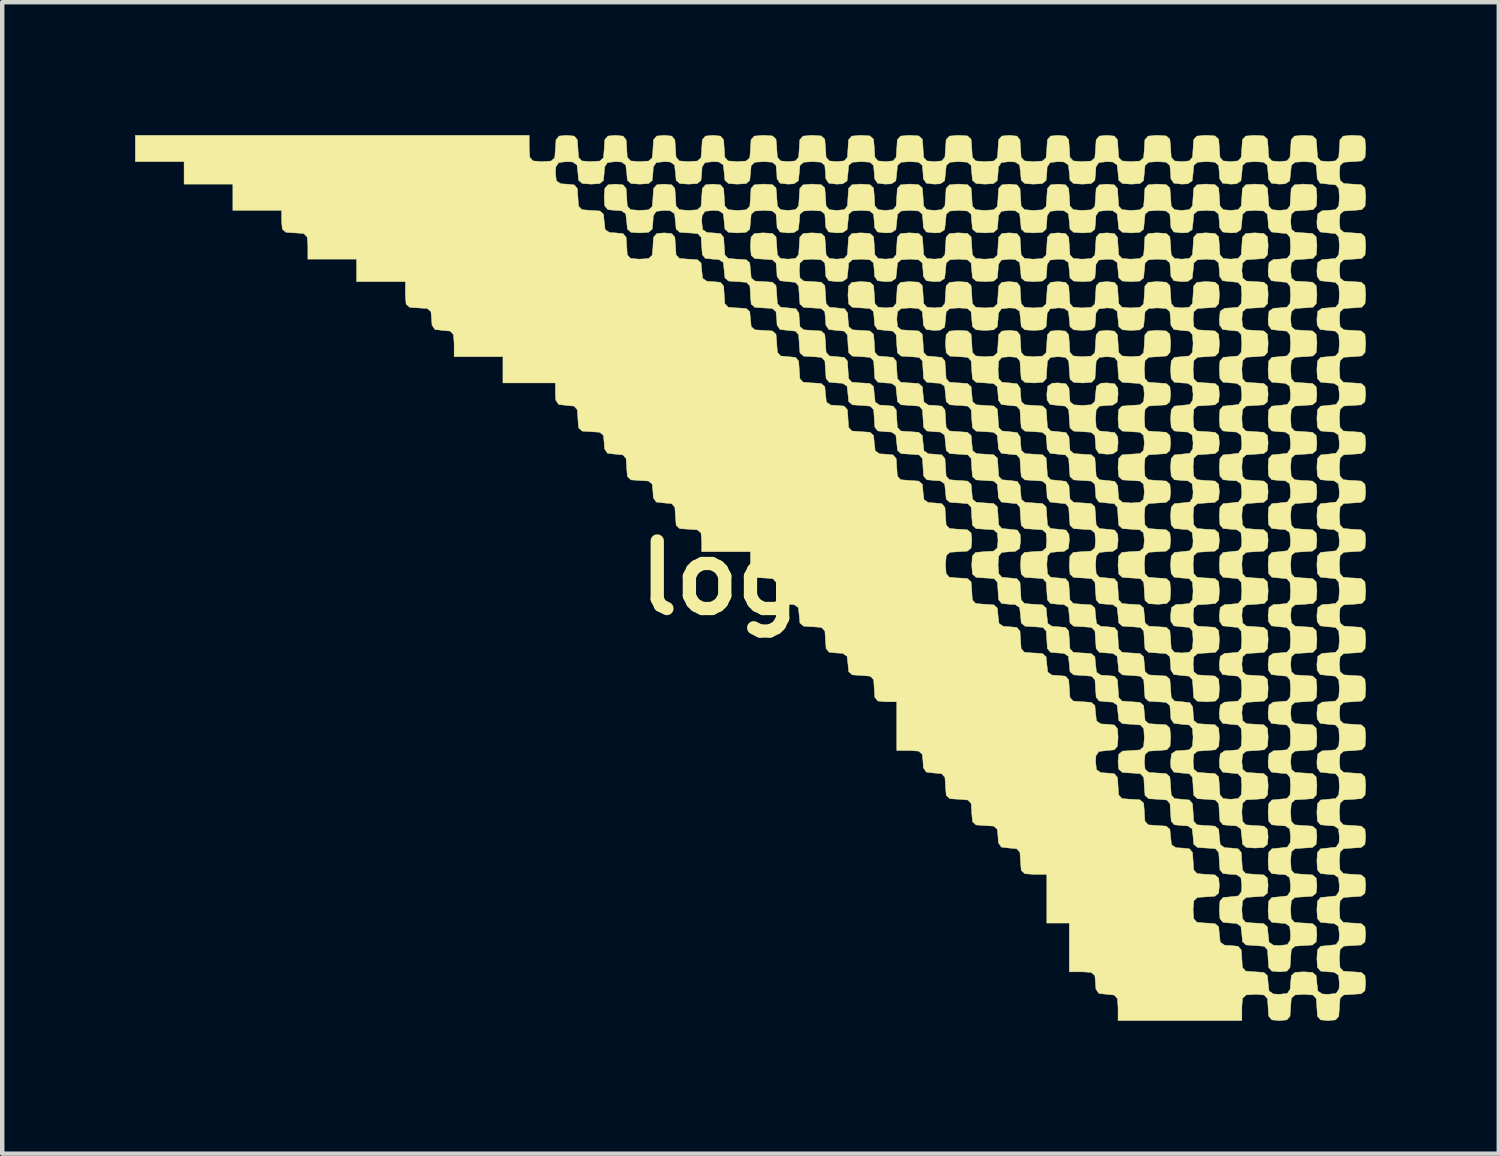
<source format=kicad_pcb>
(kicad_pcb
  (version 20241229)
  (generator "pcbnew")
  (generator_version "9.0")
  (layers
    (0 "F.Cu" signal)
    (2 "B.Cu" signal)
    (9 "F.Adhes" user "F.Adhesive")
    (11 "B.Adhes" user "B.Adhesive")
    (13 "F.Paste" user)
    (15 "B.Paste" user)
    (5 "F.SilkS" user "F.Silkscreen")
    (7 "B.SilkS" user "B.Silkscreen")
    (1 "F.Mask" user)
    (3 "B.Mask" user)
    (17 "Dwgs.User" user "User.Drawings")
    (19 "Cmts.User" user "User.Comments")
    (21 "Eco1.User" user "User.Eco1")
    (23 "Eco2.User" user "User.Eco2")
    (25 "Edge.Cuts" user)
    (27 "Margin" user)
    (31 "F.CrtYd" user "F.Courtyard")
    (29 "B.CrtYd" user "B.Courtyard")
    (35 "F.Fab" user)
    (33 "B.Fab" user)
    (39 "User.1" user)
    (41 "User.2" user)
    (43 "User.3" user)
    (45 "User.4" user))
  (footprint "logo"
    (layer "F.Cu")
    (at 13.89 9.996)
    (property "Reference" "logo" (at 0 0 0) (layer "F.SilkS") (effects (font (size 1.524 1.524) (thickness 0.3))))
    (attr through_hole)
    (fp_poly (pts (xy 8.223 -4.382) (xy 8.29 -4.283) (xy 8.297 -4.149) (xy 8.276 -3.969) (xy 8.177 -3.902) (xy 8.043 -3.895) (xy 7.873 -3.878) (xy 7.803 -3.794) (xy 7.789 -3.598) (xy 7.803 -3.399) (xy 7.875 -3.318) (xy 8.043 -3.302) (xy 8.223 -3.281) (xy 8.29 -3.182) (xy 8.297 -3.048) (xy 8.276 -2.868) (xy 8.177 -2.802) (xy 8.043 -2.794) (xy 7.863 -2.815) (xy 7.797 -2.914) (xy 7.789 -3.048) (xy 7.773 -3.219) (xy 7.689 -3.289) (xy 7.493 -3.302) (xy 7.294 -3.315) (xy 7.213 -3.389) (xy 7.197 -3.576) (xy 7.197 -3.598) (xy 7.183 -3.797) (xy 7.111 -3.879) (xy 6.943 -3.895) (xy 6.763 -3.916) (xy 6.696 -4.015) (xy 6.689 -4.149) (xy 6.71 -4.329) (xy 6.809 -4.395) (xy 6.943 -4.403) (xy 7.123 -4.382) (xy 7.189 -4.283) (xy 7.197 -4.149) (xy 7.213 -3.978) (xy 7.297 -3.908) (xy 7.493 -3.895) (xy 7.692 -3.909) (xy 7.774 -3.981) (xy 7.789 -4.149) (xy 7.81 -4.329) (xy 7.909 -4.395) (xy 8.043 -4.403) (xy 8.223 -4.382)) (stroke (width 0.01) (type solid)) (fill yes) (layer "F.SilkS"))
    (fp_poly (pts (xy 9.385 -5.575) (xy 9.466 -5.501) (xy 9.483 -5.314) (xy 9.483 -5.292) (xy 9.47 -5.093) (xy 9.396 -5.012) (xy 9.209 -4.995) (xy 9.186 -4.995) (xy 8.988 -4.982) (xy 8.906 -4.908) (xy 8.89 -4.722) (xy 8.89 -4.699) (xy 8.903 -4.5) (xy 8.977 -4.419) (xy 9.164 -4.403) (xy 9.186 -4.403) (xy 9.385 -4.389) (xy 9.467 -4.317) (xy 9.483 -4.149) (xy 9.466 -3.978) (xy 9.382 -3.908) (xy 9.186 -3.895) (xy 8.988 -3.882) (xy 8.906 -3.808) (xy 8.89 -3.621) (xy 8.89 -3.598) (xy 8.903 -3.4) (xy 8.977 -3.318) (xy 9.164 -3.302) (xy 9.186 -3.302) (xy 9.385 -3.288) (xy 9.467 -3.216) (xy 9.483 -3.048) (xy 9.466 -2.877) (xy 9.382 -2.807) (xy 9.186 -2.794) (xy 8.988 -2.781) (xy 8.906 -2.707) (xy 8.89 -2.52) (xy 8.89 -2.498) (xy 8.903 -2.299) (xy 8.977 -2.218) (xy 9.164 -2.201) (xy 9.186 -2.201) (xy 9.385 -2.187) (xy 9.467 -2.115) (xy 9.483 -1.947) (xy 9.466 -1.777) (xy 9.382 -1.707) (xy 9.186 -1.693) (xy 8.988 -1.68) (xy 8.906 -1.606) (xy 8.89 -1.42) (xy 8.89 -1.397) (xy 8.903 -1.198) (xy 8.977 -1.117) (xy 9.164 -1.101) (xy 9.186 -1.101) (xy 9.385 -1.087) (xy 9.467 -1.015) (xy 9.483 -0.847) (xy 9.466 -0.676) (xy 9.382 -0.606) (xy 9.186 -0.593) (xy 8.988 -0.58) (xy 8.906 -0.506) (xy 8.89 -0.319) (xy 8.89 -0.296) (xy 8.903 -0.098) (xy 8.977 -0.016) (xy 9.164 -0.000037) (xy 9.186 0) (xy 9.385 0.013) (xy 9.466 0.087) (xy 9.483 0.274) (xy 9.483 0.296) (xy 9.47 0.495) (xy 9.396 0.576) (xy 9.209 0.593) (xy 9.186 0.593) (xy 8.988 0.58) (xy 8.906 0.506) (xy 8.89 0.319) (xy 8.89 0.296) (xy 8.877 0.098) (xy 8.803 0.016) (xy 8.616 0.000037) (xy 8.594 0) (xy 8.395 -0.013) (xy 8.314 -0.087) (xy 8.297 -0.274) (xy 8.297 -0.296) (xy 8.31 -0.495) (xy 8.384 -0.576) (xy 8.571 -0.593) (xy 8.594 -0.593) (xy 8.793 -0.607) (xy 8.874 -0.679) (xy 8.89 -0.847) (xy 8.873 -1.017) (xy 8.79 -1.087) (xy 8.594 -1.101) (xy 8.395 -1.114) (xy 8.314 -1.188) (xy 8.297 -1.374) (xy 8.297 -1.397) (xy 8.283 -1.596) (xy 8.211 -1.678) (xy 8.043 -1.693) (xy 7.863 -1.714) (xy 7.797 -1.813) (xy 7.789 -1.947) (xy 7.773 -2.118) (xy 7.689 -2.188) (xy 7.493 -2.201) (xy 7.294 -2.214) (xy 7.213 -2.288) (xy 7.197 -2.475) (xy 7.197 -2.498) (xy 7.183 -2.697) (xy 7.111 -2.778) (xy 6.943 -2.794) (xy 6.763 -2.815) (xy 6.696 -2.914) (xy 6.689 -3.048) (xy 6.672 -3.219) (xy 6.588 -3.289) (xy 6.392 -3.302) (xy 6.194 -3.315) (xy 6.112 -3.389) (xy 6.096 -3.576) (xy 6.096 -3.598) (xy 6.082 -3.797) (xy 6.01 -3.879) (xy 5.842 -3.895) (xy 5.662 -3.916) (xy 5.596 -4.015) (xy 5.588 -4.149) (xy 5.571 -4.319) (xy 5.488 -4.389) (xy 5.292 -4.403) (xy 5.093 -4.416) (xy 5.012 -4.49) (xy 4.995 -4.676) (xy 4.995 -4.699) (xy 5.588 -4.699) (xy 5.602 -4.5) (xy 5.674 -4.418) (xy 5.842 -4.403) (xy 6.022 -4.382) (xy 6.088 -4.283) (xy 6.096 -4.149) (xy 6.113 -3.978) (xy 6.196 -3.908) (xy 6.392 -3.895) (xy 6.591 -3.882) (xy 6.672 -3.808) (xy 6.689 -3.621) (xy 6.689 -3.598) (xy 6.703 -3.399) (xy 6.775 -3.318) (xy 6.943 -3.302) (xy 7.123 -3.281) (xy 7.189 -3.182) (xy 7.197 -3.048) (xy 7.213 -2.877) (xy 7.297 -2.807) (xy 7.493 -2.794) (xy 7.692 -2.781) (xy 7.773 -2.707) (xy 7.789 -2.52) (xy 7.789 -2.498) (xy 7.803 -2.299) (xy 7.875 -2.217) (xy 8.043 -2.201) (xy 8.223 -2.18) (xy 8.29 -2.081) (xy 8.297 -1.947) (xy 8.314 -1.777) (xy 8.398 -1.707) (xy 8.594 -1.693) (xy 8.793 -1.707) (xy 8.874 -1.779) (xy 8.89 -1.947) (xy 8.873 -2.118) (xy 8.79 -2.188) (xy 8.594 -2.201) (xy 8.395 -2.214) (xy 8.314 -2.288) (xy 8.297 -2.475) (xy 8.297 -2.498) (xy 8.31 -2.696) (xy 8.384 -2.778) (xy 8.571 -2.794) (xy 8.594 -2.794) (xy 8.793 -2.808) (xy 8.874 -2.88) (xy 8.89 -3.048) (xy 8.873 -3.219) (xy 8.79 -3.289) (xy 8.594 -3.302) (xy 8.395 -3.315) (xy 8.314 -3.389) (xy 8.297 -3.576) (xy 8.297 -3.598) (xy 8.31 -3.797) (xy 8.384 -3.878) (xy 8.571 -3.895) (xy 8.594 -3.895) (xy 8.793 -3.909) (xy 8.874 -3.981) (xy 8.89 -4.149) (xy 8.873 -4.319) (xy 8.79 -4.389) (xy 8.594 -4.403) (xy 8.395 -4.416) (xy 8.314 -4.49) (xy 8.297 -4.676) (xy 8.297 -4.699) (xy 8.283 -4.898) (xy 8.211 -4.98) (xy 8.043 -4.995) (xy 7.873 -4.979) (xy 7.803 -4.895) (xy 7.789 -4.699) (xy 7.776 -4.5) (xy 7.702 -4.419) (xy 7.516 -4.403) (xy 7.493 -4.403) (xy 7.294 -4.416) (xy 7.213 -4.49) (xy 7.197 -4.676) (xy 7.197 -4.699) (xy 7.183 -4.898) (xy 7.111 -4.98) (xy 6.943 -4.995) (xy 6.772 -4.979) (xy 6.702 -4.895) (xy 6.689 -4.699) (xy 6.676 -4.5) (xy 6.602 -4.419) (xy 6.415 -4.403) (xy 6.392 -4.403) (xy 6.194 -4.416) (xy 6.112 -4.49) (xy 6.096 -4.676) (xy 6.096 -4.699) (xy 6.082 -4.898) (xy 6.01 -4.98) (xy 5.842 -4.995) (xy 5.671 -4.979) (xy 5.601 -4.895) (xy 5.588 -4.699) (xy 4.995 -4.699) (xy 4.982 -4.898) (xy 4.908 -4.979) (xy 4.722 -4.995) (xy 4.699 -4.995) (xy 4.5 -5.008) (xy 4.419 -5.082) (xy 4.403 -5.269) (xy 4.403 -5.292) (xy 4.416 -5.49) (xy 4.49 -5.572) (xy 4.676 -5.588) (xy 4.699 -5.588) (xy 4.898 -5.575) (xy 4.979 -5.501) (xy 4.995 -5.314) (xy 4.995 -5.292) (xy 5.008 -5.093) (xy 5.082 -5.012) (xy 5.269 -4.995) (xy 5.292 -4.995) (xy 5.49 -5.008) (xy 5.572 -5.082) (xy 5.588 -5.269) (xy 5.588 -5.292) (xy 5.602 -5.491) (xy 5.674 -5.572) (xy 5.842 -5.588) (xy 6.013 -5.571) (xy 6.083 -5.488) (xy 6.096 -5.292) (xy 6.109 -5.093) (xy 6.183 -5.012) (xy 6.37 -4.995) (xy 6.392 -4.995) (xy 6.591 -5.008) (xy 6.672 -5.082) (xy 6.689 -5.269) (xy 6.689 -5.292) (xy 6.703 -5.491) (xy 6.775 -5.572) (xy 6.943 -5.588) (xy 7.113 -5.571) (xy 7.183 -5.488) (xy 7.197 -5.292) (xy 7.21 -5.093) (xy 7.284 -5.012) (xy 7.47 -4.995) (xy 7.493 -4.995) (xy 7.692 -5.008) (xy 7.773 -5.082) (xy 7.789 -5.269) (xy 7.789 -5.292) (xy 7.803 -5.491) (xy 7.875 -5.572) (xy 8.043 -5.588) (xy 8.214 -5.571) (xy 8.284 -5.488) (xy 8.297 -5.292) (xy 8.31 -5.093) (xy 8.384 -5.012) (xy 8.571 -4.995) (xy 8.594 -4.995) (xy 8.792 -5.008) (xy 8.874 -5.082) (xy 8.89 -5.269) (xy 8.89 -5.292) (xy 8.903 -5.49) (xy 8.977 -5.572) (xy 9.164 -5.588) (xy 9.186 -5.588) (xy 9.385 -5.575)) (stroke (width 0.01) (type solid)) (fill yes) (layer "F.SilkS"))
    (fp_poly (pts (xy 10.486 -6.676) (xy 10.567 -6.602) (xy 10.583 -6.415) (xy 10.583 -6.392) (xy 10.57 -6.194) (xy 10.496 -6.112) (xy 10.31 -6.096) (xy 10.287 -6.096) (xy 10.088 -6.082) (xy 10.006 -6.01) (xy 9.991 -5.842) (xy 10.007 -5.671) (xy 10.091 -5.601) (xy 10.287 -5.588) (xy 10.486 -5.575) (xy 10.567 -5.501) (xy 10.583 -5.314) (xy 10.583 -5.292) (xy 10.57 -5.093) (xy 10.496 -5.012) (xy 10.31 -4.995) (xy 10.287 -4.995) (xy 10.088 -4.982) (xy 10.007 -4.908) (xy 9.991 -4.722) (xy 9.991 -4.699) (xy 10.004 -4.5) (xy 10.078 -4.419) (xy 10.264 -4.403) (xy 10.287 -4.403) (xy 10.486 -4.389) (xy 10.568 -4.317) (xy 10.583 -4.149) (xy 10.567 -3.978) (xy 10.483 -3.908) (xy 10.287 -3.895) (xy 10.088 -3.882) (xy 10.007 -3.808) (xy 9.991 -3.621) (xy 9.991 -3.598) (xy 10.004 -3.4) (xy 10.078 -3.318) (xy 10.264 -3.302) (xy 10.287 -3.302) (xy 10.486 -3.288) (xy 10.568 -3.216) (xy 10.583 -3.048) (xy 10.567 -2.877) (xy 10.483 -2.807) (xy 10.287 -2.794) (xy 10.088 -2.781) (xy 10.007 -2.707) (xy 9.991 -2.52) (xy 9.991 -2.498) (xy 10.004 -2.299) (xy 10.078 -2.218) (xy 10.264 -2.201) (xy 10.287 -2.201) (xy 10.486 -2.187) (xy 10.568 -2.115) (xy 10.583 -1.947) (xy 10.567 -1.777) (xy 10.483 -1.707) (xy 10.287 -1.693) (xy 10.088 -1.68) (xy 10.007 -1.606) (xy 9.991 -1.42) (xy 9.991 -1.397) (xy 10.004 -1.198) (xy 10.078 -1.117) (xy 10.264 -1.101) (xy 10.287 -1.101) (xy 10.486 -1.087) (xy 10.568 -1.015) (xy 10.583 -0.847) (xy 10.567 -0.676) (xy 10.483 -0.606) (xy 10.287 -0.593) (xy 10.088 -0.58) (xy 10.007 -0.506) (xy 9.991 -0.319) (xy 9.991 -0.296) (xy 10.004 -0.098) (xy 10.078 -0.016) (xy 10.264 -0.000037) (xy 10.287 0) (xy 10.486 0.013) (xy 10.567 0.087) (xy 10.583 0.274) (xy 10.583 0.296) (xy 10.57 0.495) (xy 10.496 0.576) (xy 10.31 0.593) (xy 10.287 0.593) (xy 10.088 0.607) (xy 10.006 0.679) (xy 9.991 0.847) (xy 10.007 1.017) (xy 10.091 1.087) (xy 10.287 1.101) (xy 10.486 1.114) (xy 10.567 1.188) (xy 10.583 1.374) (xy 10.583 1.397) (xy 10.57 1.596) (xy 10.496 1.677) (xy 10.31 1.693) (xy 10.287 1.693) (xy 10.088 1.707) (xy 10.006 1.779) (xy 9.991 1.947) (xy 10.007 2.118) (xy 10.091 2.188) (xy 10.287 2.201) (xy 10.486 2.214) (xy 10.567 2.288) (xy 10.583 2.475) (xy 10.583 2.498) (xy 10.57 2.696) (xy 10.496 2.778) (xy 10.31 2.794) (xy 10.287 2.794) (xy 10.088 2.781) (xy 10.007 2.707) (xy 9.991 2.52) (xy 9.991 2.498) (xy 9.977 2.299) (xy 9.905 2.217) (xy 9.737 2.201) (xy 9.557 2.18) (xy 9.49 2.081) (xy 9.483 1.947) (xy 9.466 1.777) (xy 9.382 1.707) (xy 9.186 1.693) (xy 8.988 1.68) (xy 8.906 1.606) (xy 8.89 1.42) (xy 8.89 1.397) (xy 8.877 1.198) (xy 8.803 1.117) (xy 8.616 1.101) (xy 8.594 1.101) (xy 8.395 1.087) (xy 8.313 1.015) (xy 8.297 0.847) (xy 8.276 0.667) (xy 8.177 0.6) (xy 8.043 0.593) (xy 7.873 0.576) (xy 7.803 0.492) (xy 7.789 0.296) (xy 7.776 0.098) (xy 7.702 0.016) (xy 7.516 0.000037) (xy 7.493 0) (xy 7.294 -0.013) (xy 7.213 -0.087) (xy 7.197 -0.274) (xy 7.197 -0.296) (xy 7.21 -0.495) (xy 7.284 -0.576) (xy 7.47 -0.593) (xy 7.493 -0.593) (xy 7.692 -0.607) (xy 7.774 -0.679) (xy 7.789 -0.847) (xy 7.773 -1.017) (xy 7.689 -1.087) (xy 7.493 -1.101) (xy 7.294 -1.114) (xy 7.213 -1.188) (xy 7.197 -1.374) (xy 7.197 -1.397) (xy 7.183 -1.596) (xy 7.111 -1.678) (xy 6.943 -1.693) (xy 6.763 -1.714) (xy 6.696 -1.813) (xy 6.689 -1.947) (xy 6.672 -2.118) (xy 6.588 -2.188) (xy 6.392 -2.201) (xy 6.194 -2.214) (xy 6.112 -2.288) (xy 6.096 -2.475) (xy 6.096 -2.498) (xy 6.082 -2.697) (xy 6.01 -2.778) (xy 5.842 -2.794) (xy 5.662 -2.815) (xy 5.596 -2.914) (xy 5.588 -3.048) (xy 5.571 -3.219) (xy 5.488 -3.289) (xy 5.292 -3.302) (xy 5.093 -3.315) (xy 5.012 -3.389) (xy 4.995 -3.576) (xy 4.995 -3.598) (xy 4.982 -3.797) (xy 4.908 -3.878) (xy 4.722 -3.895) (xy 4.699 -3.895) (xy 4.5 -3.909) (xy 4.418 -3.981) (xy 4.403 -4.149) (xy 4.382 -4.329) (xy 4.283 -4.395) (xy 4.149 -4.403) (xy 3.978 -4.419) (xy 3.908 -4.503) (xy 3.895 -4.699) (xy 3.882 -4.898) (xy 3.808 -4.979) (xy 3.621 -4.995) (xy 3.598 -4.995) (xy 3.4 -5.008) (xy 3.318 -5.082) (xy 3.302 -5.269) (xy 3.302 -5.292) (xy 3.288 -5.491) (xy 3.216 -5.572) (xy 3.048 -5.588) (xy 2.868 -5.609) (xy 2.802 -5.708) (xy 2.794 -5.842) (xy 3.302 -5.842) (xy 3.319 -5.671) (xy 3.402 -5.601) (xy 3.598 -5.588) (xy 3.797 -5.575) (xy 3.878 -5.501) (xy 3.895 -5.314) (xy 3.895 -5.292) (xy 3.909 -5.093) (xy 3.981 -5.011) (xy 4.149 -4.995) (xy 4.319 -4.979) (xy 4.389 -4.895) (xy 4.403 -4.699) (xy 4.416 -4.5) (xy 4.49 -4.419) (xy 4.676 -4.403) (xy 4.699 -4.403) (xy 4.898 -4.389) (xy 4.98 -4.317) (xy 4.995 -4.149) (xy 5.012 -3.978) (xy 5.096 -3.908) (xy 5.292 -3.895) (xy 5.49 -3.882) (xy 5.572 -3.808) (xy 5.588 -3.621) (xy 5.588 -3.598) (xy 5.602 -3.399) (xy 5.674 -3.318) (xy 5.842 -3.302) (xy 6.022 -3.281) (xy 6.088 -3.182) (xy 6.096 -3.048) (xy 6.113 -2.877) (xy 6.196 -2.807) (xy 6.392 -2.794) (xy 6.591 -2.781) (xy 6.672 -2.707) (xy 6.689 -2.52) (xy 6.689 -2.498) (xy 6.703 -2.299) (xy 6.775 -2.217) (xy 6.943 -2.201) (xy 7.123 -2.18) (xy 7.189 -2.081) (xy 7.197 -1.947) (xy 7.213 -1.777) (xy 7.297 -1.707) (xy 7.493 -1.693) (xy 7.692 -1.68) (xy 7.773 -1.606) (xy 7.789 -1.42) (xy 7.789 -1.397) (xy 7.803 -1.198) (xy 7.875 -1.116) (xy 8.043 -1.101) (xy 8.223 -1.08) (xy 8.29 -0.981) (xy 8.297 -0.847) (xy 8.276 -0.667) (xy 8.177 -0.6) (xy 8.043 -0.593) (xy 7.873 -0.576) (xy 7.803 -0.492) (xy 7.789 -0.296) (xy 7.803 -0.097) (xy 7.875 -0.016) (xy 8.043 0) (xy 8.214 0.017) (xy 8.284 0.1) (xy 8.297 0.296) (xy 8.31 0.495) (xy 8.384 0.576) (xy 8.571 0.593) (xy 8.594 0.593) (xy 8.793 0.607) (xy 8.874 0.679) (xy 8.89 0.847) (xy 8.907 1.017) (xy 8.99 1.087) (xy 9.186 1.101) (xy 9.385 1.114) (xy 9.466 1.188) (xy 9.483 1.374) (xy 9.483 1.397) (xy 9.497 1.596) (xy 9.569 1.678) (xy 9.737 1.693) (xy 9.907 1.677) (xy 9.977 1.593) (xy 9.991 1.397) (xy 9.977 1.198) (xy 9.905 1.116) (xy 9.737 1.101) (xy 9.557 1.08) (xy 9.49 0.981) (xy 9.483 0.847) (xy 9.504 0.667) (xy 9.603 0.6) (xy 9.737 0.593) (xy 9.907 0.576) (xy 9.977 0.492) (xy 9.991 0.296) (xy 9.977 0.097) (xy 9.905 0.016) (xy 9.737 0) (xy 9.566 -0.017) (xy 9.496 -0.1) (xy 9.483 -0.296) (xy 9.497 -0.495) (xy 9.569 -0.577) (xy 9.737 -0.593) (xy 9.917 -0.614) (xy 9.983 -0.713) (xy 9.991 -0.847) (xy 9.97 -1.027) (xy 9.871 -1.093) (xy 9.737 -1.101) (xy 9.566 -1.117) (xy 9.496 -1.201) (xy 9.483 -1.397) (xy 9.497 -1.596) (xy 9.569 -1.678) (xy 9.737 -1.693) (xy 9.917 -1.714) (xy 9.983 -1.813) (xy 9.991 -1.947) (xy 9.97 -2.127) (xy 9.871 -2.194) (xy 9.737 -2.201) (xy 9.566 -2.218) (xy 9.496 -2.302) (xy 9.483 -2.498) (xy 9.497 -2.697) (xy 9.569 -2.778) (xy 9.737 -2.794) (xy 9.917 -2.815) (xy 9.983 -2.914) (xy 9.991 -3.048) (xy 9.97 -3.228) (xy 9.871 -3.294) (xy 9.737 -3.302) (xy 9.566 -3.319) (xy 9.496 -3.402) (xy 9.483 -3.598) (xy 9.497 -3.797) (xy 9.569 -3.879) (xy 9.737 -3.895) (xy 9.917 -3.916) (xy 9.983 -4.015) (xy 9.991 -4.149) (xy 9.97 -4.329) (xy 9.871 -4.395) (xy 9.737 -4.403) (xy 9.566 -4.419) (xy 9.496 -4.503) (xy 9.483 -4.699) (xy 9.497 -4.898) (xy 9.569 -4.98) (xy 9.737 -4.995) (xy 9.907 -5.012) (xy 9.977 -5.096) (xy 9.991 -5.292) (xy 9.977 -5.491) (xy 9.905 -5.572) (xy 9.737 -5.588) (xy 9.557 -5.609) (xy 9.49 -5.708) (xy 9.483 -5.842) (xy 9.466 -6.013) (xy 9.382 -6.083) (xy 9.186 -6.096) (xy 8.987 -6.082) (xy 8.906 -6.01) (xy 8.89 -5.842) (xy 8.873 -5.671) (xy 8.79 -5.601) (xy 8.594 -5.588) (xy 8.395 -5.602) (xy 8.313 -5.674) (xy 8.297 -5.842) (xy 8.276 -6.022) (xy 8.177 -6.088) (xy 8.043 -6.096) (xy 7.863 -6.075) (xy 7.797 -5.976) (xy 7.789 -5.842) (xy 7.773 -5.671) (xy 7.689 -5.601) (xy 7.493 -5.588) (xy 7.294 -5.602) (xy 7.212 -5.674) (xy 7.197 -5.842) (xy 7.176 -6.022) (xy 7.077 -6.088) (xy 6.943 -6.096) (xy 6.763 -6.075) (xy 6.696 -5.976) (xy 6.689 -5.842) (xy 6.672 -5.671) (xy 6.588 -5.601) (xy 6.392 -5.588) (xy 6.193 -5.602) (xy 6.112 -5.674) (xy 6.096 -5.842) (xy 6.075 -6.022) (xy 5.976 -6.088) (xy 5.842 -6.096) (xy 5.662 -6.075) (xy 5.596 -5.976) (xy 5.588 -5.842) (xy 5.571 -5.671) (xy 5.488 -5.601) (xy 5.292 -5.588) (xy 5.093 -5.602) (xy 5.011 -5.674) (xy 4.995 -5.842) (xy 4.979 -6.013) (xy 4.895 -6.083) (xy 4.699 -6.096) (xy 4.5 -6.082) (xy 4.418 -6.01) (xy 4.403 -5.842) (xy 4.382 -5.662) (xy 4.283 -5.596) (xy 4.149 -5.588) (xy 3.969 -5.609) (xy 3.902 -5.708) (xy 3.895 -5.842) (xy 3.878 -6.013) (xy 3.794 -6.083) (xy 3.598 -6.096) (xy 3.399 -6.082) (xy 3.318 -6.01) (xy 3.302 -5.842) (xy 2.794 -5.842) (xy 2.777 -6.013) (xy 2.694 -6.083) (xy 2.498 -6.096) (xy 2.299 -6.109) (xy 2.218 -6.183) (xy 2.201 -6.37) (xy 2.201 -6.392) (xy 2.214 -6.591) (xy 2.288 -6.672) (xy 2.475 -6.689) (xy 2.498 -6.689) (xy 2.696 -6.676) (xy 2.778 -6.602) (xy 2.794 -6.415) (xy 2.794 -6.392) (xy 2.808 -6.193) (xy 2.88 -6.112) (xy 3.048 -6.096) (xy 3.219 -6.113) (xy 3.289 -6.196) (xy 3.302 -6.392) (xy 3.315 -6.591) (xy 3.389 -6.672) (xy 3.576 -6.689) (xy 3.598 -6.689) (xy 3.797 -6.676) (xy 3.878 -6.602) (xy 3.895 -6.415) (xy 3.895 -6.392) (xy 3.909 -6.193) (xy 3.981 -6.112) (xy 4.149 -6.096) (xy 4.319 -6.113) (xy 4.389 -6.196) (xy 4.403 -6.392) (xy 4.416 -6.591) (xy 4.49 -6.672) (xy 4.676 -6.689) (xy 4.699 -6.689) (xy 4.898 -6.676) (xy 4.979 -6.602) (xy 4.995 -6.415) (xy 4.995 -6.392) (xy 5.008 -6.194) (xy 5.082 -6.112) (xy 5.269 -6.096) (xy 5.292 -6.096) (xy 5.49 -6.109) (xy 5.572 -6.183) (xy 5.588 -6.37) (xy 5.588 -6.392) (xy 5.602 -6.591) (xy 5.674 -6.673) (xy 5.842 -6.689) (xy 6.013 -6.672) (xy 6.083 -6.588) (xy 6.096 -6.392) (xy 6.109 -6.194) (xy 6.183 -6.112) (xy 6.37 -6.096) (xy 6.392 -6.096) (xy 6.591 -6.109) (xy 6.672 -6.183) (xy 6.689 -6.37) (xy 6.689 -6.392) (xy 6.703 -6.591) (xy 6.775 -6.673) (xy 6.943 -6.689) (xy 7.113 -6.672) (xy 7.183 -6.588) (xy 7.197 -6.392) (xy 7.21 -6.194) (xy 7.284 -6.112) (xy 7.47 -6.096) (xy 7.493 -6.096) (xy 7.692 -6.109) (xy 7.773 -6.183) (xy 7.789 -6.37) (xy 7.789 -6.392) (xy 7.803 -6.591) (xy 7.875 -6.673) (xy 8.043 -6.689) (xy 8.214 -6.672) (xy 8.284 -6.588) (xy 8.297 -6.392) (xy 8.31 -6.194) (xy 8.384 -6.112) (xy 8.571 -6.096) (xy 8.594 -6.096) (xy 8.792 -6.109) (xy 8.874 -6.183) (xy 8.89 -6.37) (xy 8.89 -6.392) (xy 8.903 -6.591) (xy 8.977 -6.672) (xy 9.164 -6.689) (xy 9.186 -6.689) (xy 9.385 -6.676) (xy 9.466 -6.602) (xy 9.483 -6.415) (xy 9.483 -6.392) (xy 9.497 -6.193) (xy 9.569 -6.112) (xy 9.737 -6.096) (xy 9.907 -6.113) (xy 9.977 -6.196) (xy 9.991 -6.392) (xy 10.004 -6.591) (xy 10.078 -6.672) (xy 10.264 -6.689) (xy 10.287 -6.689) (xy 10.486 -6.676)) (stroke (width 0.01) (type solid)) (fill yes) (layer "F.SilkS"))
    (fp_poly (pts (xy 11.586 -7.776) (xy 11.668 -7.702) (xy 11.684 -7.516) (xy 11.684 -7.493) (xy 11.671 -7.294) (xy 11.597 -7.213) (xy 11.41 -7.197) (xy 11.388 -7.197) (xy 11.189 -7.183) (xy 11.107 -7.111) (xy 11.091 -6.943) (xy 11.108 -6.772) (xy 11.192 -6.702) (xy 11.388 -6.689) (xy 11.586 -6.676) (xy 11.668 -6.602) (xy 11.684 -6.415) (xy 11.684 -6.392) (xy 11.671 -6.194) (xy 11.597 -6.112) (xy 11.41 -6.096) (xy 11.388 -6.096) (xy 11.189 -6.082) (xy 11.107 -6.01) (xy 11.091 -5.842) (xy 11.108 -5.671) (xy 11.192 -5.601) (xy 11.388 -5.588) (xy 11.586 -5.575) (xy 11.668 -5.501) (xy 11.684 -5.314) (xy 11.684 -5.292) (xy 11.671 -5.093) (xy 11.597 -5.012) (xy 11.41 -4.995) (xy 11.388 -4.995) (xy 11.189 -4.982) (xy 11.108 -4.908) (xy 11.091 -4.722) (xy 11.091 -4.699) (xy 11.104 -4.5) (xy 11.178 -4.419) (xy 11.365 -4.403) (xy 11.388 -4.403) (xy 11.587 -4.389) (xy 11.668 -4.317) (xy 11.684 -4.149) (xy 11.667 -3.978) (xy 11.584 -3.908) (xy 11.388 -3.895) (xy 11.189 -3.882) (xy 11.108 -3.808) (xy 11.091 -3.621) (xy 11.091 -3.598) (xy 11.104 -3.4) (xy 11.178 -3.318) (xy 11.365 -3.302) (xy 11.388 -3.302) (xy 11.587 -3.288) (xy 11.668 -3.216) (xy 11.684 -3.048) (xy 11.667 -2.877) (xy 11.584 -2.807) (xy 11.388 -2.794) (xy 11.189 -2.781) (xy 11.108 -2.707) (xy 11.091 -2.52) (xy 11.091 -2.498) (xy 11.104 -2.299) (xy 11.178 -2.218) (xy 11.365 -2.201) (xy 11.388 -2.201) (xy 11.587 -2.187) (xy 11.668 -2.115) (xy 11.684 -1.947) (xy 11.667 -1.777) (xy 11.584 -1.707) (xy 11.388 -1.693) (xy 11.189 -1.68) (xy 11.108 -1.606) (xy 11.091 -1.42) (xy 11.091 -1.397) (xy 11.104 -1.198) (xy 11.178 -1.117) (xy 11.365 -1.101) (xy 11.388 -1.101) (xy 11.587 -1.087) (xy 11.668 -1.015) (xy 11.684 -0.847) (xy 11.667 -0.676) (xy 11.584 -0.606) (xy 11.388 -0.593) (xy 11.189 -0.58) (xy 11.108 -0.506) (xy 11.091 -0.319) (xy 11.091 -0.296) (xy 11.104 -0.098) (xy 11.178 -0.016) (xy 11.365 -0.000037) (xy 11.388 0) (xy 11.586 0.013) (xy 11.668 0.087) (xy 11.684 0.274) (xy 11.684 0.296) (xy 11.671 0.495) (xy 11.597 0.576) (xy 11.41 0.593) (xy 11.388 0.593) (xy 11.189 0.607) (xy 11.107 0.679) (xy 11.091 0.847) (xy 11.108 1.017) (xy 11.192 1.087) (xy 11.388 1.101) (xy 11.586 1.114) (xy 11.668 1.188) (xy 11.684 1.374) (xy 11.684 1.397) (xy 11.671 1.596) (xy 11.597 1.677) (xy 11.41 1.693) (xy 11.388 1.693) (xy 11.189 1.707) (xy 11.107 1.779) (xy 11.091 1.947) (xy 11.108 2.118) (xy 11.192 2.188) (xy 11.388 2.201) (xy 11.586 2.214) (xy 11.668 2.288) (xy 11.684 2.475) (xy 11.684 2.498) (xy 11.671 2.696) (xy 11.597 2.778) (xy 11.41 2.794) (xy 11.388 2.794) (xy 11.189 2.808) (xy 11.107 2.88) (xy 11.091 3.048) (xy 11.108 3.219) (xy 11.192 3.289) (xy 11.388 3.302) (xy 11.586 3.315) (xy 11.668 3.389) (xy 11.684 3.576) (xy 11.684 3.598) (xy 11.671 3.797) (xy 11.597 3.878) (xy 11.41 3.895) (xy 11.388 3.895) (xy 11.189 3.909) (xy 11.107 3.981) (xy 11.091 4.149) (xy 11.108 4.319) (xy 11.192 4.389) (xy 11.388 4.403) (xy 11.586 4.416) (xy 11.668 4.49) (xy 11.684 4.676) (xy 11.684 4.699) (xy 11.671 4.898) (xy 11.597 4.979) (xy 11.41 4.995) (xy 11.388 4.995) (xy 11.189 5.008) (xy 11.108 5.082) (xy 11.091 5.269) (xy 11.091 5.292) (xy 11.104 5.49) (xy 11.178 5.572) (xy 11.365 5.588) (xy 11.388 5.588) (xy 11.587 5.602) (xy 11.668 5.674) (xy 11.684 5.842) (xy 11.667 6.013) (xy 11.584 6.083) (xy 11.388 6.096) (xy 11.189 6.082) (xy 11.107 6.01) (xy 11.091 5.842) (xy 11.07 5.662) (xy 10.971 5.596) (xy 10.837 5.588) (xy 10.667 5.571) (xy 10.597 5.488) (xy 10.583 5.292) (xy 10.57 5.093) (xy 10.496 5.012) (xy 10.31 4.995) (xy 10.287 4.995) (xy 10.088 4.982) (xy 10.007 4.908) (xy 9.991 4.722) (xy 9.991 4.699) (xy 9.977 4.5) (xy 9.905 4.418) (xy 9.737 4.403) (xy 9.557 4.382) (xy 9.49 4.283) (xy 9.483 4.149) (xy 9.504 3.969) (xy 9.603 3.902) (xy 9.737 3.895) (xy 9.907 3.878) (xy 9.977 3.794) (xy 9.991 3.598) (xy 9.977 3.399) (xy 9.905 3.318) (xy 9.737 3.302) (xy 9.557 3.281) (xy 9.49 3.182) (xy 9.483 3.048) (xy 9.466 2.877) (xy 9.382 2.807) (xy 9.186 2.794) (xy 8.988 2.781) (xy 8.906 2.707) (xy 8.89 2.52) (xy 8.89 2.498) (xy 8.877 2.299) (xy 8.803 2.218) (xy 8.616 2.201) (xy 8.594 2.201) (xy 8.395 2.187) (xy 8.313 2.115) (xy 8.297 1.947) (xy 8.276 1.767) (xy 8.177 1.701) (xy 8.043 1.693) (xy 7.873 1.677) (xy 7.803 1.593) (xy 7.789 1.397) (xy 7.776 1.198) (xy 7.702 1.117) (xy 7.516 1.101) (xy 7.493 1.101) (xy 7.294 1.087) (xy 7.212 1.015) (xy 7.197 0.847) (xy 7.176 0.667) (xy 7.077 0.6) (xy 6.943 0.593) (xy 6.772 0.576) (xy 6.702 0.492) (xy 6.689 0.296) (xy 6.676 0.098) (xy 6.602 0.016) (xy 6.415 0.000037) (xy 6.392 0) (xy 6.194 -0.013) (xy 6.112 -0.087) (xy 6.096 -0.274) (xy 6.096 -0.296) (xy 6.109 -0.495) (xy 6.183 -0.576) (xy 6.37 -0.593) (xy 6.392 -0.593) (xy 6.591 -0.607) (xy 6.673 -0.679) (xy 6.689 -0.847) (xy 6.672 -1.017) (xy 6.588 -1.087) (xy 6.392 -1.101) (xy 6.194 -1.114) (xy 6.112 -1.188) (xy 6.096 -1.374) (xy 6.096 -1.397) (xy 6.082 -1.596) (xy 6.01 -1.678) (xy 5.842 -1.693) (xy 5.662 -1.714) (xy 5.596 -1.813) (xy 5.588 -1.947) (xy 5.571 -2.118) (xy 5.488 -2.188) (xy 5.292 -2.201) (xy 5.093 -2.214) (xy 5.012 -2.288) (xy 4.995 -2.475) (xy 4.995 -2.498) (xy 4.982 -2.696) (xy 4.908 -2.778) (xy 4.722 -2.794) (xy 4.699 -2.794) (xy 4.5 -2.808) (xy 4.418 -2.88) (xy 4.403 -3.048) (xy 4.382 -3.228) (xy 4.283 -3.294) (xy 4.149 -3.302) (xy 3.978 -3.319) (xy 3.908 -3.402) (xy 3.895 -3.598) (xy 3.882 -3.797) (xy 3.808 -3.878) (xy 3.621 -3.895) (xy 3.598 -3.895) (xy 3.399 -3.909) (xy 3.318 -3.981) (xy 3.302 -4.149) (xy 3.281 -4.329) (xy 3.182 -4.395) (xy 3.048 -4.403) (xy 2.877 -4.419) (xy 2.807 -4.503) (xy 2.794 -4.699) (xy 2.781 -4.898) (xy 2.707 -4.979) (xy 2.52 -4.995) (xy 2.498 -4.995) (xy 2.299 -5.008) (xy 2.218 -5.082) (xy 2.201 -5.269) (xy 2.201 -5.292) (xy 2.187 -5.491) (xy 2.115 -5.572) (xy 1.947 -5.588) (xy 1.767 -5.609) (xy 1.701 -5.708) (xy 1.693 -5.842) (xy 1.677 -6.013) (xy 1.593 -6.083) (xy 1.397 -6.096) (xy 1.198 -6.109) (xy 1.117 -6.183) (xy 1.101 -6.37) (xy 1.101 -6.392) (xy 1.087 -6.591) (xy 1.015 -6.673) (xy 0.847 -6.689) (xy 0.667 -6.71) (xy 0.6 -6.809) (xy 0.593 -6.943) (xy 1.101 -6.943) (xy 1.117 -6.772) (xy 1.201 -6.702) (xy 1.397 -6.689) (xy 1.596 -6.676) (xy 1.677 -6.602) (xy 1.693 -6.415) (xy 1.693 -6.392) (xy 1.707 -6.193) (xy 1.779 -6.112) (xy 1.947 -6.096) (xy 2.127 -6.075) (xy 2.194 -5.976) (xy 2.201 -5.842) (xy 2.218 -5.671) (xy 2.302 -5.601) (xy 2.498 -5.588) (xy 2.696 -5.575) (xy 2.778 -5.501) (xy 2.794 -5.314) (xy 2.794 -5.292) (xy 2.808 -5.093) (xy 2.88 -5.011) (xy 3.048 -4.995) (xy 3.219 -4.979) (xy 3.289 -4.895) (xy 3.302 -4.699) (xy 3.315 -4.5) (xy 3.389 -4.419) (xy 3.576 -4.403) (xy 3.598 -4.403) (xy 3.797 -4.389) (xy 3.879 -4.317) (xy 3.895 -4.149) (xy 3.916 -3.969) (xy 4.015 -3.902) (xy 4.149 -3.895) (xy 4.319 -3.878) (xy 4.389 -3.794) (xy 4.403 -3.598) (xy 4.416 -3.4) (xy 4.49 -3.318) (xy 4.676 -3.302) (xy 4.699 -3.302) (xy 4.898 -3.288) (xy 4.98 -3.216) (xy 4.995 -3.048) (xy 5.012 -2.877) (xy 5.096 -2.807) (xy 5.292 -2.794) (xy 5.49 -2.781) (xy 5.572 -2.707) (xy 5.588 -2.52) (xy 5.588 -2.498) (xy 5.602 -2.299) (xy 5.674 -2.217) (xy 5.842 -2.201) (xy 6.022 -2.18) (xy 6.088 -2.081) (xy 6.096 -1.947) (xy 6.113 -1.777) (xy 6.196 -1.707) (xy 6.392 -1.693) (xy 6.591 -1.68) (xy 6.672 -1.606) (xy 6.689 -1.42) (xy 6.689 -1.397) (xy 6.703 -1.198) (xy 6.775 -1.116) (xy 6.943 -1.101) (xy 7.123 -1.08) (xy 7.189 -0.981) (xy 7.197 -0.847) (xy 7.176 -0.667) (xy 7.077 -0.6) (xy 6.943 -0.593) (xy 6.772 -0.576) (xy 6.702 -0.492) (xy 6.689 -0.296) (xy 6.703 -0.097) (xy 6.775 -0.016) (xy 6.943 0) (xy 7.113 0.017) (xy 7.183 0.1) (xy 7.197 0.296) (xy 7.21 0.495) (xy 7.284 0.576) (xy 7.47 0.593) (xy 7.493 0.593) (xy 7.692 0.607) (xy 7.774 0.679) (xy 7.789 0.847) (xy 7.81 1.027) (xy 7.909 1.093) (xy 8.043 1.101) (xy 8.214 1.117) (xy 8.284 1.201) (xy 8.297 1.397) (xy 8.31 1.596) (xy 8.384 1.677) (xy 8.571 1.693) (xy 8.594 1.693) (xy 8.793 1.707) (xy 8.874 1.779) (xy 8.89 1.947) (xy 8.907 2.118) (xy 8.99 2.188) (xy 9.186 2.201) (xy 9.385 2.214) (xy 9.466 2.288) (xy 9.483 2.475) (xy 9.483 2.498) (xy 9.497 2.697) (xy 9.569 2.778) (xy 9.737 2.794) (xy 9.917 2.815) (xy 9.983 2.914) (xy 9.991 3.048) (xy 10.007 3.219) (xy 10.091 3.289) (xy 10.287 3.302) (xy 10.486 3.315) (xy 10.567 3.389) (xy 10.583 3.576) (xy 10.583 3.598) (xy 10.57 3.797) (xy 10.496 3.878) (xy 10.31 3.895) (xy 10.287 3.895) (xy 10.088 3.909) (xy 10.006 3.981) (xy 9.991 4.149) (xy 10.007 4.319) (xy 10.091 4.389) (xy 10.287 4.403) (xy 10.486 4.416) (xy 10.567 4.49) (xy 10.583 4.676) (xy 10.583 4.699) (xy 10.597 4.898) (xy 10.669 4.98) (xy 10.837 4.995) (xy 11.008 4.979) (xy 11.078 4.895) (xy 11.091 4.699) (xy 11.077 4.5) (xy 11.005 4.418) (xy 10.837 4.403) (xy 10.657 4.382) (xy 10.591 4.283) (xy 10.583 4.149) (xy 10.604 3.969) (xy 10.703 3.902) (xy 10.837 3.895) (xy 11.008 3.878) (xy 11.078 3.794) (xy 11.091 3.598) (xy 11.077 3.399) (xy 11.005 3.318) (xy 10.837 3.302) (xy 10.657 3.281) (xy 10.591 3.182) (xy 10.583 3.048) (xy 10.604 2.868) (xy 10.703 2.802) (xy 10.837 2.794) (xy 11.008 2.777) (xy 11.078 2.694) (xy 11.091 2.498) (xy 11.077 2.299) (xy 11.005 2.217) (xy 10.837 2.201) (xy 10.657 2.18) (xy 10.591 2.081) (xy 10.583 1.947) (xy 10.604 1.767) (xy 10.703 1.701) (xy 10.837 1.693) (xy 11.008 1.677) (xy 11.078 1.593) (xy 11.091 1.397) (xy 11.077 1.198) (xy 11.005 1.116) (xy 10.837 1.101) (xy 10.657 1.08) (xy 10.591 0.981) (xy 10.583 0.847) (xy 10.604 0.667) (xy 10.703 0.6) (xy 10.837 0.593) (xy 11.008 0.576) (xy 11.078 0.492) (xy 11.091 0.296) (xy 11.077 0.097) (xy 11.005 0.016) (xy 10.837 0) (xy 10.667 -0.017) (xy 10.597 -0.1) (xy 10.583 -0.296) (xy 10.597 -0.495) (xy 10.669 -0.577) (xy 10.837 -0.593) (xy 11.017 -0.614) (xy 11.084 -0.713) (xy 11.091 -0.847) (xy 11.07 -1.027) (xy 10.971 -1.093) (xy 10.837 -1.101) (xy 10.667 -1.117) (xy 10.597 -1.201) (xy 10.583 -1.397) (xy 10.597 -1.596) (xy 10.669 -1.678) (xy 10.837 -1.693) (xy 11.017 -1.714) (xy 11.084 -1.813) (xy 11.091 -1.947) (xy 11.07 -2.127) (xy 10.971 -2.194) (xy 10.837 -2.201) (xy 10.667 -2.218) (xy 10.597 -2.302) (xy 10.583 -2.498) (xy 10.597 -2.697) (xy 10.669 -2.778) (xy 10.837 -2.794) (xy 11.017 -2.815) (xy 11.084 -2.914) (xy 11.091 -3.048) (xy 11.07 -3.228) (xy 10.971 -3.294) (xy 10.837 -3.302) (xy 10.667 -3.319) (xy 10.597 -3.402) (xy 10.583 -3.598) (xy 10.597 -3.797) (xy 10.669 -3.879) (xy 10.837 -3.895) (xy 11.017 -3.916) (xy 11.084 -4.015) (xy 11.091 -4.149) (xy 11.07 -4.329) (xy 10.971 -4.395) (xy 10.837 -4.403) (xy 10.667 -4.419) (xy 10.597 -4.503) (xy 10.583 -4.699) (xy 10.597 -4.898) (xy 10.669 -4.98) (xy 10.837 -4.995) (xy 11.008 -5.012) (xy 11.078 -5.096) (xy 11.091 -5.292) (xy 11.077 -5.491) (xy 11.005 -5.572) (xy 10.837 -5.588) (xy 10.657 -5.609) (xy 10.591 -5.708) (xy 10.583 -5.842) (xy 10.604 -6.022) (xy 10.703 -6.088) (xy 10.837 -6.096) (xy 11.008 -6.113) (xy 11.078 -6.196) (xy 11.091 -6.392) (xy 11.077 -6.591) (xy 11.005 -6.673) (xy 10.837 -6.689) (xy 10.657 -6.71) (xy 10.591 -6.809) (xy 10.583 -6.943) (xy 10.567 -7.113) (xy 10.483 -7.183) (xy 10.287 -7.197) (xy 10.088 -7.183) (xy 10.006 -7.111) (xy 9.991 -6.943) (xy 9.97 -6.763) (xy 9.871 -6.696) (xy 9.737 -6.689) (xy 9.557 -6.71) (xy 9.49 -6.809) (xy 9.483 -6.943) (xy 9.466 -7.113) (xy 9.382 -7.183) (xy 9.186 -7.197) (xy 8.987 -7.183) (xy 8.906 -7.111) (xy 8.89 -6.943) (xy 8.873 -6.772) (xy 8.79 -6.702) (xy 8.594 -6.689) (xy 8.395 -6.703) (xy 8.313 -6.775) (xy 8.297 -6.943) (xy 8.276 -7.123) (xy 8.177 -7.189) (xy 8.043 -7.197) (xy 7.863 -7.176) (xy 7.797 -7.077) (xy 7.789 -6.943) (xy 7.773 -6.772) (xy 7.689 -6.702) (xy 7.493 -6.689) (xy 7.294 -6.703) (xy 7.212 -6.775) (xy 7.197 -6.943) (xy 7.176 -7.123) (xy 7.077 -7.189) (xy 6.943 -7.197) (xy 6.763 -7.176) (xy 6.696 -7.077) (xy 6.689 -6.943) (xy 6.672 -6.772) (xy 6.588 -6.702) (xy 6.392 -6.689) (xy 6.193 -6.703) (xy 6.112 -6.775) (xy 6.096 -6.943) (xy 6.075 -7.123) (xy 5.976 -7.189) (xy 5.842 -7.197) (xy 5.662 -7.176) (xy 5.596 -7.077) (xy 5.588 -6.943) (xy 5.571 -6.772) (xy 5.488 -6.702) (xy 5.292 -6.689) (xy 5.093 -6.703) (xy 5.011 -6.775) (xy 4.995 -6.943) (xy 4.979 -7.113) (xy 4.895 -7.183) (xy 4.699 -7.197) (xy 4.5 -7.183) (xy 4.418 -7.111) (xy 4.403 -6.943) (xy 4.382 -6.763) (xy 4.283 -6.696) (xy 4.149 -6.689) (xy 3.969 -6.71) (xy 3.902 -6.809) (xy 3.895 -6.943) (xy 3.878 -7.113) (xy 3.794 -7.183) (xy 3.598 -7.197) (xy 3.399 -7.183) (xy 3.318 -7.111) (xy 3.302 -6.943) (xy 3.281 -6.763) (xy 3.182 -6.696) (xy 3.048 -6.689) (xy 2.868 -6.71) (xy 2.802 -6.809) (xy 2.794 -6.943) (xy 2.777 -7.113) (xy 2.694 -7.183) (xy 2.498 -7.197) (xy 2.299 -7.183) (xy 2.217 -7.111) (xy 2.201 -6.943) (xy 2.18 -6.763) (xy 2.081 -6.696) (xy 1.947 -6.689) (xy 1.767 -6.71) (xy 1.701 -6.809) (xy 1.693 -6.943) (xy 1.677 -7.113) (xy 1.593 -7.183) (xy 1.397 -7.197) (xy 1.198 -7.183) (xy 1.116 -7.111) (xy 1.101 -6.943) (xy 0.593 -6.943) (xy 0.576 -7.113) (xy 0.492 -7.183) (xy 0.296 -7.197) (xy 0.098 -7.21) (xy 0.016 -7.284) (xy 0.000037 -7.47) (xy 0 -7.493) (xy 0.013 -7.692) (xy 0.087 -7.773) (xy 0.274 -7.789) (xy 0.296 -7.789) (xy 0.495 -7.776) (xy 0.576 -7.702) (xy 0.593 -7.516) (xy 0.593 -7.493) (xy 0.607 -7.294) (xy 0.679 -7.212) (xy 0.847 -7.197) (xy 1.017 -7.213) (xy 1.087 -7.297) (xy 1.101 -7.493) (xy 1.114 -7.692) (xy 1.188 -7.773) (xy 1.374 -7.789) (xy 1.397 -7.789) (xy 1.596 -7.776) (xy 1.677 -7.702) (xy 1.693 -7.516) (xy 1.693 -7.493) (xy 1.707 -7.294) (xy 1.779 -7.212) (xy 1.947 -7.197) (xy 2.118 -7.213) (xy 2.188 -7.297) (xy 2.201 -7.493) (xy 2.214 -7.692) (xy 2.288 -7.773) (xy 2.475 -7.789) (xy 2.498 -7.789) (xy 2.696 -7.776) (xy 2.778 -7.702) (xy 2.794 -7.516) (xy 2.794 -7.493) (xy 2.808 -7.294) (xy 2.88 -7.212) (xy 3.048 -7.197) (xy 3.219 -7.213) (xy 3.289 -7.297) (xy 3.302 -7.493) (xy 3.315 -7.692) (xy 3.389 -7.773) (xy 3.576 -7.789) (xy 3.598 -7.789) (xy 3.797 -7.776) (xy 3.878 -7.702) (xy 3.895 -7.516) (xy 3.895 -7.493) (xy 3.909 -7.294) (xy 3.981 -7.212) (xy 4.149 -7.197) (xy 4.319 -7.213) (xy 4.389 -7.297) (xy 4.403 -7.493) (xy 4.416 -7.692) (xy 4.49 -7.773) (xy 4.676 -7.789) (xy 4.699 -7.789) (xy 4.898 -7.776) (xy 4.979 -7.702) (xy 4.995 -7.516) (xy 4.995 -7.493) (xy 5.008 -7.294) (xy 5.082 -7.213) (xy 5.269 -7.197) (xy 5.292 -7.197) (xy 5.49 -7.21) (xy 5.572 -7.284) (xy 5.588 -7.47) (xy 5.588 -7.493) (xy 5.602 -7.692) (xy 5.674 -7.774) (xy 5.842 -7.789) (xy 6.013 -7.773) (xy 6.083 -7.689) (xy 6.096 -7.493) (xy 6.109 -7.294) (xy 6.183 -7.213) (xy 6.37 -7.197) (xy 6.392 -7.197) (xy 6.591 -7.21) (xy 6.672 -7.284) (xy 6.689 -7.47) (xy 6.689 -7.493) (xy 6.703 -7.692) (xy 6.775 -7.774) (xy 6.943 -7.789) (xy 7.113 -7.773) (xy 7.183 -7.689) (xy 7.197 -7.493) (xy 7.21 -7.294) (xy 7.284 -7.213) (xy 7.47 -7.197) (xy 7.493 -7.197) (xy 7.692 -7.21) (xy 7.773 -7.284) (xy 7.789 -7.47) (xy 7.789 -7.493) (xy 7.803 -7.692) (xy 7.875 -7.774) (xy 8.043 -7.789) (xy 8.214 -7.773) (xy 8.284 -7.689) (xy 8.297 -7.493) (xy 8.31 -7.294) (xy 8.384 -7.213) (xy 8.571 -7.197) (xy 8.594 -7.197) (xy 8.792 -7.21) (xy 8.874 -7.284) (xy 8.89 -7.47) (xy 8.89 -7.493) (xy 8.903 -7.692) (xy 8.977 -7.773) (xy 9.164 -7.789) (xy 9.186 -7.789) (xy 9.385 -7.776) (xy 9.466 -7.702) (xy 9.483 -7.516) (xy 9.483 -7.493) (xy 9.497 -7.294) (xy 9.569 -7.212) (xy 9.737 -7.197) (xy 9.907 -7.213) (xy 9.977 -7.297) (xy 9.991 -7.493) (xy 10.004 -7.692) (xy 10.078 -7.773) (xy 10.264 -7.789) (xy 10.287 -7.789) (xy 10.486 -7.776) (xy 10.567 -7.702) (xy 10.583 -7.516) (xy 10.583 -7.493) (xy 10.597 -7.294) (xy 10.669 -7.212) (xy 10.837 -7.197) (xy 11.008 -7.213) (xy 11.078 -7.297) (xy 11.091 -7.493) (xy 11.104 -7.692) (xy 11.178 -7.773) (xy 11.365 -7.789) (xy 11.388 -7.789) (xy 11.586 -7.776)) (stroke (width 0.01) (type solid)) (fill yes) (layer "F.SilkS"))
    (fp_poly (pts (xy 12.687 -8.877) (xy 12.768 -8.803) (xy 12.785 -8.616) (xy 12.785 -8.594) (xy 12.772 -8.395) (xy 12.698 -8.314) (xy 12.511 -8.297) (xy 12.488 -8.297) (xy 12.289 -8.283) (xy 12.208 -8.211) (xy 12.192 -8.043) (xy 12.209 -7.873) (xy 12.292 -7.803) (xy 12.488 -7.789) (xy 12.687 -7.776) (xy 12.768 -7.702) (xy 12.785 -7.516) (xy 12.785 -7.493) (xy 12.772 -7.294) (xy 12.698 -7.213) (xy 12.511 -7.197) (xy 12.488 -7.197) (xy 12.289 -7.183) (xy 12.208 -7.111) (xy 12.192 -6.943) (xy 12.209 -6.772) (xy 12.292 -6.702) (xy 12.488 -6.689) (xy 12.687 -6.676) (xy 12.768 -6.602) (xy 12.785 -6.415) (xy 12.785 -6.392) (xy 12.772 -6.194) (xy 12.698 -6.112) (xy 12.511 -6.096) (xy 12.488 -6.096) (xy 12.289 -6.082) (xy 12.208 -6.01) (xy 12.192 -5.842) (xy 12.209 -5.671) (xy 12.292 -5.601) (xy 12.488 -5.588) (xy 12.687 -5.575) (xy 12.768 -5.501) (xy 12.785 -5.314) (xy 12.785 -5.292) (xy 12.772 -5.093) (xy 12.698 -5.012) (xy 12.511 -4.995) (xy 12.488 -4.995) (xy 12.29 -4.982) (xy 12.208 -4.908) (xy 12.192 -4.722) (xy 12.192 -4.699) (xy 12.205 -4.5) (xy 12.279 -4.419) (xy 12.466 -4.403) (xy 12.488 -4.403) (xy 12.687 -4.389) (xy 12.769 -4.317) (xy 12.785 -4.149) (xy 12.768 -3.978) (xy 12.684 -3.908) (xy 12.488 -3.895) (xy 12.29 -3.882) (xy 12.208 -3.808) (xy 12.192 -3.621) (xy 12.192 -3.598) (xy 12.205 -3.4) (xy 12.279 -3.318) (xy 12.466 -3.302) (xy 12.488 -3.302) (xy 12.687 -3.288) (xy 12.769 -3.216) (xy 12.785 -3.048) (xy 12.768 -2.877) (xy 12.684 -2.807) (xy 12.488 -2.794) (xy 12.29 -2.781) (xy 12.208 -2.707) (xy 12.192 -2.52) (xy 12.192 -2.498) (xy 12.205 -2.299) (xy 12.279 -2.218) (xy 12.466 -2.201) (xy 12.488 -2.201) (xy 12.687 -2.187) (xy 12.769 -2.115) (xy 12.785 -1.947) (xy 12.768 -1.777) (xy 12.684 -1.707) (xy 12.488 -1.693) (xy 12.29 -1.68) (xy 12.208 -1.606) (xy 12.192 -1.42) (xy 12.192 -1.397) (xy 12.205 -1.198) (xy 12.279 -1.117) (xy 12.466 -1.101) (xy 12.488 -1.101) (xy 12.687 -1.087) (xy 12.769 -1.015) (xy 12.785 -0.847) (xy 12.768 -0.676) (xy 12.684 -0.606) (xy 12.488 -0.593) (xy 12.29 -0.58) (xy 12.208 -0.506) (xy 12.192 -0.319) (xy 12.192 -0.296) (xy 12.205 -0.098) (xy 12.279 -0.016) (xy 12.466 -0.000037) (xy 12.488 0) (xy 12.687 0.013) (xy 12.768 0.087) (xy 12.785 0.274) (xy 12.785 0.296) (xy 12.772 0.495) (xy 12.698 0.576) (xy 12.511 0.593) (xy 12.488 0.593) (xy 12.289 0.607) (xy 12.208 0.679) (xy 12.192 0.847) (xy 12.209 1.017) (xy 12.292 1.087) (xy 12.488 1.101) (xy 12.687 1.114) (xy 12.768 1.188) (xy 12.785 1.374) (xy 12.785 1.397) (xy 12.772 1.596) (xy 12.698 1.677) (xy 12.511 1.693) (xy 12.488 1.693) (xy 12.289 1.707) (xy 12.208 1.779) (xy 12.192 1.947) (xy 12.209 2.118) (xy 12.292 2.188) (xy 12.488 2.201) (xy 12.687 2.214) (xy 12.768 2.288) (xy 12.785 2.475) (xy 12.785 2.498) (xy 12.772 2.696) (xy 12.698 2.778) (xy 12.511 2.794) (xy 12.488 2.794) (xy 12.289 2.808) (xy 12.208 2.88) (xy 12.192 3.048) (xy 12.209 3.219) (xy 12.292 3.289) (xy 12.488 3.302) (xy 12.687 3.315) (xy 12.768 3.389) (xy 12.785 3.576) (xy 12.785 3.598) (xy 12.772 3.797) (xy 12.698 3.878) (xy 12.511 3.895) (xy 12.488 3.895) (xy 12.289 3.909) (xy 12.208 3.981) (xy 12.192 4.149) (xy 12.209 4.319) (xy 12.292 4.389) (xy 12.488 4.403) (xy 12.687 4.416) (xy 12.768 4.49) (xy 12.785 4.676) (xy 12.785 4.699) (xy 12.772 4.898) (xy 12.698 4.979) (xy 12.511 4.995) (xy 12.488 4.995) (xy 12.29 5.008) (xy 12.208 5.082) (xy 12.192 5.269) (xy 12.192 5.292) (xy 12.205 5.49) (xy 12.279 5.572) (xy 12.466 5.588) (xy 12.488 5.588) (xy 12.687 5.602) (xy 12.769 5.674) (xy 12.785 5.842) (xy 12.768 6.013) (xy 12.684 6.083) (xy 12.488 6.096) (xy 12.29 6.109) (xy 12.208 6.183) (xy 12.192 6.37) (xy 12.192 6.392) (xy 12.205 6.591) (xy 12.279 6.672) (xy 12.466 6.689) (xy 12.488 6.689) (xy 12.687 6.703) (xy 12.769 6.775) (xy 12.785 6.943) (xy 12.768 7.113) (xy 12.684 7.183) (xy 12.488 7.197) (xy 12.29 7.21) (xy 12.208 7.284) (xy 12.192 7.47) (xy 12.192 7.493) (xy 12.205 7.692) (xy 12.279 7.773) (xy 12.466 7.789) (xy 12.488 7.789) (xy 12.687 7.803) (xy 12.769 7.875) (xy 12.785 8.043) (xy 12.768 8.214) (xy 12.684 8.284) (xy 12.488 8.297) (xy 12.29 8.31) (xy 12.208 8.384) (xy 12.192 8.571) (xy 12.192 8.594) (xy 12.178 8.793) (xy 12.106 8.874) (xy 11.938 8.89) (xy 11.767 8.873) (xy 11.697 8.79) (xy 11.684 8.594) (xy 11.671 8.395) (xy 11.597 8.314) (xy 11.41 8.297) (xy 11.388 8.297) (xy 11.189 8.283) (xy 11.107 8.211) (xy 11.091 8.043) (xy 11.07 7.863) (xy 10.971 7.797) (xy 10.837 7.789) (xy 10.667 7.773) (xy 10.597 7.689) (xy 10.583 7.493) (xy 10.597 7.294) (xy 10.669 7.212) (xy 10.837 7.197) (xy 11.017 7.176) (xy 11.084 7.077) (xy 11.091 6.943) (xy 11.07 6.763) (xy 10.971 6.696) (xy 10.837 6.689) (xy 10.667 6.672) (xy 10.597 6.588) (xy 10.583 6.392) (xy 10.57 6.194) (xy 10.496 6.112) (xy 10.31 6.096) (xy 10.287 6.096) (xy 10.088 6.082) (xy 10.006 6.01) (xy 9.991 5.842) (xy 9.97 5.662) (xy 9.871 5.596) (xy 9.737 5.588) (xy 9.566 5.571) (xy 9.496 5.488) (xy 9.483 5.292) (xy 9.47 5.093) (xy 9.396 5.012) (xy 9.209 4.995) (xy 9.186 4.995) (xy 8.988 4.982) (xy 8.906 4.908) (xy 8.89 4.722) (xy 8.89 4.699) (xy 8.877 4.5) (xy 8.803 4.419) (xy 8.616 4.403) (xy 8.594 4.403) (xy 8.395 4.389) (xy 8.313 4.317) (xy 8.297 4.149) (xy 8.314 3.978) (xy 8.398 3.908) (xy 8.594 3.895) (xy 8.792 3.882) (xy 8.874 3.808) (xy 8.89 3.621) (xy 8.89 3.598) (xy 8.877 3.4) (xy 8.803 3.318) (xy 8.616 3.302) (xy 8.594 3.302) (xy 8.395 3.288) (xy 8.313 3.216) (xy 8.297 3.048) (xy 8.276 2.868) (xy 8.177 2.802) (xy 8.043 2.794) (xy 7.873 2.777) (xy 7.803 2.694) (xy 7.789 2.498) (xy 7.776 2.299) (xy 7.702 2.218) (xy 7.516 2.201) (xy 7.493 2.201) (xy 7.294 2.187) (xy 7.212 2.115) (xy 7.197 1.947) (xy 7.176 1.767) (xy 7.077 1.701) (xy 6.943 1.693) (xy 6.772 1.677) (xy 6.702 1.593) (xy 6.689 1.397) (xy 6.676 1.198) (xy 6.602 1.117) (xy 6.415 1.101) (xy 6.392 1.101) (xy 6.193 1.087) (xy 6.112 1.015) (xy 6.096 0.847) (xy 6.075 0.667) (xy 5.976 0.6) (xy 5.842 0.593) (xy 5.671 0.576) (xy 5.601 0.492) (xy 5.588 0.296) (xy 5.575 0.098) (xy 5.501 0.016) (xy 5.314 0.000037) (xy 5.292 0) (xy 5.093 -0.013) (xy 5.012 -0.087) (xy 4.995 -0.274) (xy 4.995 -0.296) (xy 5.008 -0.495) (xy 5.082 -0.576) (xy 5.269 -0.593) (xy 5.292 -0.593) (xy 5.491 -0.607) (xy 5.572 -0.679) (xy 5.588 -0.847) (xy 5.571 -1.017) (xy 5.488 -1.087) (xy 5.292 -1.101) (xy 5.093 -1.114) (xy 5.012 -1.188) (xy 4.995 -1.374) (xy 4.995 -1.397) (xy 4.982 -1.596) (xy 4.908 -1.677) (xy 4.722 -1.693) (xy 4.699 -1.693) (xy 4.5 -1.707) (xy 4.418 -1.779) (xy 4.403 -1.947) (xy 4.382 -2.127) (xy 4.283 -2.194) (xy 4.149 -2.201) (xy 3.978 -2.218) (xy 3.908 -2.302) (xy 3.895 -2.498) (xy 3.882 -2.696) (xy 3.808 -2.778) (xy 3.621 -2.794) (xy 3.598 -2.794) (xy 3.399 -2.808) (xy 3.318 -2.88) (xy 3.302 -3.048) (xy 3.281 -3.228) (xy 3.182 -3.294) (xy 3.048 -3.302) (xy 2.877 -3.319) (xy 2.807 -3.402) (xy 2.794 -3.598) (xy 2.781 -3.797) (xy 2.707 -3.878) (xy 2.52 -3.895) (xy 2.498 -3.895) (xy 2.299 -3.909) (xy 2.217 -3.981) (xy 2.201 -4.149) (xy 2.18 -4.329) (xy 2.081 -4.395) (xy 1.947 -4.403) (xy 1.777 -4.419) (xy 1.707 -4.503) (xy 1.693 -4.699) (xy 1.68 -4.898) (xy 1.606 -4.979) (xy 1.42 -4.995) (xy 1.397 -4.995) (xy 1.198 -5.008) (xy 1.117 -5.082) (xy 1.101 -5.269) (xy 1.101 -5.292) (xy 1.087 -5.491) (xy 1.015 -5.572) (xy 0.847 -5.588) (xy 0.667 -5.609) (xy 0.6 -5.708) (xy 0.593 -5.842) (xy 0.576 -6.013) (xy 0.492 -6.083) (xy 0.296 -6.096) (xy 0.098 -6.109) (xy 0.016 -6.183) (xy 0.000037 -6.37) (xy 0 -6.392) (xy -0.013 -6.591) (xy -0.087 -6.672) (xy -0.274 -6.689) (xy -0.296 -6.689) (xy -0.495 -6.703) (xy -0.577 -6.775) (xy -0.593 -6.943) (xy -0.614 -7.123) (xy -0.713 -7.189) (xy -0.847 -7.197) (xy -1.017 -7.213) (xy -1.087 -7.297) (xy -1.101 -7.493) (xy -1.114 -7.692) (xy -1.188 -7.773) (xy -1.374 -7.789) (xy -1.397 -7.789) (xy -1.596 -7.803) (xy -1.678 -7.875) (xy -1.693 -8.043) (xy -1.101 -8.043) (xy -1.08 -7.863) (xy -0.981 -7.797) (xy -0.847 -7.789) (xy -0.676 -7.773) (xy -0.606 -7.689) (xy -0.593 -7.493) (xy -0.58 -7.294) (xy -0.506 -7.213) (xy -0.319 -7.197) (xy -0.296 -7.197) (xy -0.097 -7.183) (xy -0.016 -7.111) (xy 0 -6.943) (xy 0.017 -6.772) (xy 0.1 -6.702) (xy 0.296 -6.689) (xy 0.495 -6.676) (xy 0.576 -6.602) (xy 0.593 -6.415) (xy 0.593 -6.392) (xy 0.607 -6.193) (xy 0.679 -6.112) (xy 0.847 -6.096) (xy 1.027 -6.075) (xy 1.093 -5.976) (xy 1.101 -5.842) (xy 1.117 -5.671) (xy 1.201 -5.601) (xy 1.397 -5.588) (xy 1.596 -5.575) (xy 1.677 -5.501) (xy 1.693 -5.314) (xy 1.693 -5.292) (xy 1.707 -5.093) (xy 1.779 -5.011) (xy 1.947 -4.995) (xy 2.118 -4.979) (xy 2.188 -4.895) (xy 2.201 -4.699) (xy 2.214 -4.5) (xy 2.288 -4.419) (xy 2.475 -4.403) (xy 2.498 -4.403) (xy 2.697 -4.389) (xy 2.778 -4.317) (xy 2.794 -4.149) (xy 2.815 -3.969) (xy 2.914 -3.902) (xy 3.048 -3.895) (xy 3.219 -3.878) (xy 3.289 -3.794) (xy 3.302 -3.598) (xy 3.315 -3.4) (xy 3.389 -3.318) (xy 3.576 -3.302) (xy 3.598 -3.302) (xy 3.797 -3.288) (xy 3.879 -3.216) (xy 3.895 -3.048) (xy 3.916 -2.868) (xy 4.015 -2.802) (xy 4.149 -2.794) (xy 4.319 -2.777) (xy 4.389 -2.694) (xy 4.403 -2.498) (xy 4.416 -2.299) (xy 4.49 -2.218) (xy 4.676 -2.201) (xy 4.699 -2.201) (xy 4.898 -2.187) (xy 4.98 -2.115) (xy 4.995 -1.947) (xy 5.012 -1.777) (xy 5.096 -1.707) (xy 5.292 -1.693) (xy 5.49 -1.68) (xy 5.572 -1.606) (xy 5.588 -1.42) (xy 5.588 -1.397) (xy 5.602 -1.198) (xy 5.674 -1.116) (xy 5.842 -1.101) (xy 6.022 -1.08) (xy 6.088 -0.981) (xy 6.096 -0.847) (xy 6.075 -0.667) (xy 5.976 -0.6) (xy 5.842 -0.593) (xy 5.671 -0.576) (xy 5.601 -0.492) (xy 5.588 -0.296) (xy 5.602 -0.097) (xy 5.674 -0.016) (xy 5.842 0) (xy 6.013 0.017) (xy 6.083 0.1) (xy 6.096 0.296) (xy 6.109 0.495) (xy 6.183 0.576) (xy 6.37 0.593) (xy 6.392 0.593) (xy 6.591 0.607) (xy 6.673 0.679) (xy 6.689 0.847) (xy 6.71 1.027) (xy 6.809 1.093) (xy 6.943 1.101) (xy 7.113 1.117) (xy 7.183 1.201) (xy 7.197 1.397) (xy 7.21 1.596) (xy 7.284 1.677) (xy 7.47 1.693) (xy 7.493 1.693) (xy 7.692 1.707) (xy 7.774 1.779) (xy 7.789 1.947) (xy 7.81 2.127) (xy 7.909 2.194) (xy 8.043 2.201) (xy 8.214 2.218) (xy 8.284 2.302) (xy 8.297 2.498) (xy 8.31 2.696) (xy 8.384 2.778) (xy 8.571 2.794) (xy 8.594 2.794) (xy 8.793 2.808) (xy 8.874 2.88) (xy 8.89 3.048) (xy 8.907 3.219) (xy 8.99 3.289) (xy 9.186 3.302) (xy 9.385 3.315) (xy 9.466 3.389) (xy 9.483 3.576) (xy 9.483 3.598) (xy 9.47 3.797) (xy 9.396 3.878) (xy 9.209 3.895) (xy 9.186 3.895) (xy 8.987 3.909) (xy 8.906 3.981) (xy 8.89 4.149) (xy 8.907 4.319) (xy 8.99 4.389) (xy 9.186 4.403) (xy 9.385 4.416) (xy 9.466 4.49) (xy 9.483 4.676) (xy 9.483 4.699) (xy 9.497 4.898) (xy 9.569 4.98) (xy 9.737 4.995) (xy 9.907 5.012) (xy 9.977 5.096) (xy 9.991 5.292) (xy 10.004 5.49) (xy 10.078 5.572) (xy 10.264 5.588) (xy 10.287 5.588) (xy 10.486 5.602) (xy 10.568 5.674) (xy 10.583 5.842) (xy 10.604 6.022) (xy 10.703 6.088) (xy 10.837 6.096) (xy 11.008 6.113) (xy 11.078 6.196) (xy 11.091 6.392) (xy 11.104 6.591) (xy 11.178 6.672) (xy 11.365 6.689) (xy 11.388 6.689) (xy 11.587 6.703) (xy 11.668 6.775) (xy 11.684 6.943) (xy 11.667 7.113) (xy 11.584 7.183) (xy 11.388 7.197) (xy 11.189 7.21) (xy 11.108 7.284) (xy 11.091 7.47) (xy 11.091 7.493) (xy 11.104 7.692) (xy 11.178 7.773) (xy 11.365 7.789) (xy 11.388 7.789) (xy 11.587 7.803) (xy 11.668 7.875) (xy 11.684 8.043) (xy 11.705 8.223) (xy 11.804 8.29) (xy 11.938 8.297) (xy 12.118 8.276) (xy 12.184 8.177) (xy 12.192 8.043) (xy 12.171 7.863) (xy 12.072 7.797) (xy 11.938 7.789) (xy 11.767 7.773) (xy 11.697 7.689) (xy 11.684 7.493) (xy 11.698 7.294) (xy 11.77 7.212) (xy 11.938 7.197) (xy 12.118 7.176) (xy 12.184 7.077) (xy 12.192 6.943) (xy 12.171 6.763) (xy 12.072 6.696) (xy 11.938 6.689) (xy 11.767 6.672) (xy 11.697 6.588) (xy 11.684 6.392) (xy 11.698 6.193) (xy 11.77 6.112) (xy 11.938 6.096) (xy 12.118 6.075) (xy 12.184 5.976) (xy 12.192 5.842) (xy 12.171 5.662) (xy 12.072 5.596) (xy 11.938 5.588) (xy 11.767 5.571) (xy 11.697 5.488) (xy 11.684 5.292) (xy 11.698 5.093) (xy 11.77 5.011) (xy 11.938 4.995) (xy 12.109 4.979) (xy 12.179 4.895) (xy 12.192 4.699) (xy 12.178 4.5) (xy 12.106 4.418) (xy 11.938 4.403) (xy 11.758 4.382) (xy 11.692 4.283) (xy 11.684 4.149) (xy 11.705 3.969) (xy 11.804 3.902) (xy 11.938 3.895) (xy 12.109 3.878) (xy 12.179 3.794) (xy 12.192 3.598) (xy 12.178 3.399) (xy 12.106 3.318) (xy 11.938 3.302) (xy 11.758 3.281) (xy 11.692 3.182) (xy 11.684 3.048) (xy 11.705 2.868) (xy 11.804 2.802) (xy 11.938 2.794) (xy 12.109 2.777) (xy 12.179 2.694) (xy 12.192 2.498) (xy 12.178 2.299) (xy 12.106 2.217) (xy 11.938 2.201) (xy 11.758 2.18) (xy 11.692 2.081) (xy 11.684 1.947) (xy 11.705 1.767) (xy 11.804 1.701) (xy 11.938 1.693) (xy 12.109 1.677) (xy 12.179 1.593) (xy 12.192 1.397) (xy 12.178 1.198) (xy 12.106 1.116) (xy 11.938 1.101) (xy 11.758 1.08) (xy 11.692 0.981) (xy 11.684 0.847) (xy 11.705 0.667) (xy 11.804 0.6) (xy 11.938 0.593) (xy 12.109 0.576) (xy 12.179 0.492) (xy 12.192 0.296) (xy 12.178 0.097) (xy 12.106 0.016) (xy 11.938 0) (xy 11.767 -0.017) (xy 11.697 -0.1) (xy 11.684 -0.296) (xy 11.698 -0.495) (xy 11.77 -0.577) (xy 11.938 -0.593) (xy 12.118 -0.614) (xy 12.184 -0.713) (xy 12.192 -0.847) (xy 12.171 -1.027) (xy 12.072 -1.093) (xy 11.938 -1.101) (xy 11.767 -1.117) (xy 11.697 -1.201) (xy 11.684 -1.397) (xy 11.698 -1.596) (xy 11.77 -1.678) (xy 11.938 -1.693) (xy 12.118 -1.714) (xy 12.184 -1.813) (xy 12.192 -1.947) (xy 12.171 -2.127) (xy 12.072 -2.194) (xy 11.938 -2.201) (xy 11.767 -2.218) (xy 11.697 -2.302) (xy 11.684 -2.498) (xy 11.698 -2.697) (xy 11.77 -2.778) (xy 11.938 -2.794) (xy 12.118 -2.815) (xy 12.184 -2.914) (xy 12.192 -3.048) (xy 12.171 -3.228) (xy 12.072 -3.294) (xy 11.938 -3.302) (xy 11.767 -3.319) (xy 11.697 -3.402) (xy 11.684 -3.598) (xy 11.698 -3.797) (xy 11.77 -3.879) (xy 11.938 -3.895) (xy 12.118 -3.916) (xy 12.184 -4.015) (xy 12.192 -4.149) (xy 12.171 -4.329) (xy 12.072 -4.395) (xy 11.938 -4.403) (xy 11.767 -4.419) (xy 11.697 -4.503) (xy 11.684 -4.699) (xy 11.698 -4.898) (xy 11.77 -4.98) (xy 11.938 -4.995) (xy 12.109 -5.012) (xy 12.179 -5.096) (xy 12.192 -5.292) (xy 12.178 -5.491) (xy 12.106 -5.572) (xy 11.938 -5.588) (xy 11.758 -5.609) (xy 11.692 -5.708) (xy 11.684 -5.842) (xy 11.705 -6.022) (xy 11.804 -6.088) (xy 11.938 -6.096) (xy 12.109 -6.113) (xy 12.179 -6.196) (xy 12.192 -6.392) (xy 12.178 -6.591) (xy 12.106 -6.673) (xy 11.938 -6.689) (xy 11.758 -6.71) (xy 11.692 -6.809) (xy 11.684 -6.943) (xy 11.705 -7.123) (xy 11.804 -7.189) (xy 11.938 -7.197) (xy 12.109 -7.213) (xy 12.179 -7.297) (xy 12.192 -7.493) (xy 12.178 -7.692) (xy 12.106 -7.774) (xy 11.938 -7.789) (xy 11.758 -7.81) (xy 11.692 -7.909) (xy 11.684 -8.043) (xy 11.667 -8.214) (xy 11.584 -8.284) (xy 11.388 -8.297) (xy 11.189 -8.283) (xy 11.107 -8.211) (xy 11.091 -8.043) (xy 11.07 -7.863) (xy 10.971 -7.797) (xy 10.837 -7.789) (xy 10.657 -7.81) (xy 10.591 -7.909) (xy 10.583 -8.043) (xy 10.567 -8.214) (xy 10.483 -8.284) (xy 10.287 -8.297) (xy 10.088 -8.283) (xy 10.006 -8.211) (xy 9.991 -8.043) (xy 9.97 -7.863) (xy 9.871 -7.797) (xy 9.737 -7.789) (xy 9.557 -7.81) (xy 9.49 -7.909) (xy 9.483 -8.043) (xy 9.466 -8.214) (xy 9.382 -8.284) (xy 9.186 -8.297) (xy 8.987 -8.283) (xy 8.906 -8.211) (xy 8.89 -8.043) (xy 8.873 -7.873) (xy 8.79 -7.803) (xy 8.594 -7.789) (xy 8.395 -7.803) (xy 8.313 -7.875) (xy 8.297 -8.043) (xy 8.276 -8.223) (xy 8.177 -8.29) (xy 8.043 -8.297) (xy 7.863 -8.276) (xy 7.797 -8.177) (xy 7.789 -8.043) (xy 7.773 -7.873) (xy 7.689 -7.803) (xy 7.493 -7.789) (xy 7.294 -7.803) (xy 7.212 -7.875) (xy 7.197 -8.043) (xy 7.176 -8.223) (xy 7.077 -8.29) (xy 6.943 -8.297) (xy 6.763 -8.276) (xy 6.696 -8.177) (xy 6.689 -8.043) (xy 6.672 -7.873) (xy 6.588 -7.803) (xy 6.392 -7.789) (xy 6.193 -7.803) (xy 6.112 -7.875) (xy 6.096 -8.043) (xy 6.075 -8.223) (xy 5.976 -8.29) (xy 5.842 -8.297) (xy 5.662 -8.276) (xy 5.596 -8.177) (xy 5.588 -8.043) (xy 5.571 -7.873) (xy 5.488 -7.803) (xy 5.292 -7.789) (xy 5.093 -7.803) (xy 5.011 -7.875) (xy 4.995 -8.043) (xy 4.979 -8.214) (xy 4.895 -8.284) (xy 4.699 -8.297) (xy 4.5 -8.283) (xy 4.418 -8.211) (xy 4.403 -8.043) (xy 4.382 -7.863) (xy 4.283 -7.797) (xy 4.149 -7.789) (xy 3.969 -7.81) (xy 3.902 -7.909) (xy 3.895 -8.043) (xy 3.878 -8.214) (xy 3.794 -8.284) (xy 3.598 -8.297) (xy 3.399 -8.283) (xy 3.318 -8.211) (xy 3.302 -8.043) (xy 3.281 -7.863) (xy 3.182 -7.797) (xy 3.048 -7.789) (xy 2.868 -7.81) (xy 2.802 -7.909) (xy 2.794 -8.043) (xy 2.777 -8.214) (xy 2.694 -8.284) (xy 2.498 -8.297) (xy 2.299 -8.283) (xy 2.217 -8.211) (xy 2.201 -8.043) (xy 2.18 -7.863) (xy 2.081 -7.797) (xy 1.947 -7.789) (xy 1.767 -7.81) (xy 1.701 -7.909) (xy 1.693 -8.043) (xy 1.677 -8.214) (xy 1.593 -8.284) (xy 1.397 -8.297) (xy 1.198 -8.283) (xy 1.116 -8.211) (xy 1.101 -8.043) (xy 1.08 -7.863) (xy 0.981 -7.797) (xy 0.847 -7.789) (xy 0.667 -7.81) (xy 0.6 -7.909) (xy 0.593 -8.043) (xy 0.576 -8.214) (xy 0.492 -8.284) (xy 0.296 -8.297) (xy 0.097 -8.283) (xy 0.016 -8.211) (xy 0 -8.043) (xy -0.017 -7.873) (xy -0.1 -7.803) (xy -0.296 -7.789) (xy -0.495 -7.803) (xy -0.577 -7.875) (xy -0.593 -8.043) (xy -0.614 -8.223) (xy -0.713 -8.29) (xy -0.847 -8.297) (xy -1.027 -8.276) (xy -1.093 -8.177) (xy -1.101 -8.043) (xy -1.693 -8.043) (xy -1.714 -8.223) (xy -1.813 -8.29) (xy -1.947 -8.297) (xy -2.127 -8.276) (xy -2.194 -8.177) (xy -2.201 -8.043) (xy -2.218 -7.873) (xy -2.302 -7.803) (xy -2.498 -7.789) (xy -2.697 -7.803) (xy -2.778 -7.875) (xy -2.794 -8.043) (xy -2.815 -8.223) (xy -2.914 -8.29) (xy -3.048 -8.297) (xy -3.219 -8.314) (xy -3.289 -8.398) (xy -3.302 -8.594) (xy -3.288 -8.793) (xy -3.216 -8.874) (xy -3.048 -8.89) (xy -2.877 -8.873) (xy -2.807 -8.79) (xy -2.794 -8.594) (xy -2.781 -8.395) (xy -2.707 -8.314) (xy -2.52 -8.297) (xy -2.498 -8.297) (xy -2.299 -8.31) (xy -2.218 -8.384) (xy -2.201 -8.571) (xy -2.201 -8.594) (xy -2.187 -8.793) (xy -2.115 -8.874) (xy -1.947 -8.89) (xy -1.777 -8.873) (xy -1.707 -8.79) (xy -1.693 -8.594) (xy -1.68 -8.395) (xy -1.606 -8.314) (xy -1.42 -8.297) (xy -1.397 -8.297) (xy -1.198 -8.31) (xy -1.117 -8.384) (xy -1.101 -8.571) (xy -1.101 -8.594) (xy -1.087 -8.793) (xy -1.015 -8.874) (xy -0.847 -8.89) (xy -0.676 -8.873) (xy -0.606 -8.79) (xy -0.593 -8.594) (xy -0.58 -8.395) (xy -0.506 -8.314) (xy -0.319 -8.297) (xy -0.296 -8.297) (xy -0.098 -8.31) (xy -0.016 -8.384) (xy -0.000037 -8.571) (xy 0 -8.594) (xy 0.013 -8.792) (xy 0.087 -8.874) (xy 0.274 -8.89) (xy 0.296 -8.89) (xy 0.495 -8.877) (xy 0.576 -8.803) (xy 0.593 -8.616) (xy 0.593 -8.594) (xy 0.607 -8.395) (xy 0.679 -8.313) (xy 0.847 -8.297) (xy 1.017 -8.314) (xy 1.087 -8.398) (xy 1.101 -8.594) (xy 1.114 -8.792) (xy 1.188 -8.874) (xy 1.374 -8.89) (xy 1.397 -8.89) (xy 1.596 -8.877) (xy 1.677 -8.803) (xy 1.693 -8.616) (xy 1.693 -8.594) (xy 1.707 -8.395) (xy 1.779 -8.313) (xy 1.947 -8.297) (xy 2.118 -8.314) (xy 2.188 -8.398) (xy 2.201 -8.594) (xy 2.214 -8.792) (xy 2.288 -8.874) (xy 2.475 -8.89) (xy 2.498 -8.89) (xy 2.696 -8.877) (xy 2.778 -8.803) (xy 2.794 -8.616) (xy 2.794 -8.594) (xy 2.808 -8.395) (xy 2.88 -8.313) (xy 3.048 -8.297) (xy 3.219 -8.314) (xy 3.289 -8.398) (xy 3.302 -8.594) (xy 3.315 -8.792) (xy 3.389 -8.874) (xy 3.576 -8.89) (xy 3.598 -8.89) (xy 3.797 -8.877) (xy 3.878 -8.803) (xy 3.895 -8.616) (xy 3.895 -8.594) (xy 3.909 -8.395) (xy 3.981 -8.313) (xy 4.149 -8.297) (xy 4.319 -8.314) (xy 4.389 -8.398) (xy 4.403 -8.594) (xy 4.416 -8.792) (xy 4.49 -8.874) (xy 4.676 -8.89) (xy 4.699 -8.89) (xy 4.898 -8.877) (xy 4.979 -8.803) (xy 4.995 -8.616) (xy 4.995 -8.594) (xy 5.008 -8.395) (xy 5.082 -8.314) (xy 5.269 -8.297) (xy 5.292 -8.297) (xy 5.49 -8.31) (xy 5.572 -8.384) (xy 5.588 -8.571) (xy 5.588 -8.594) (xy 5.602 -8.793) (xy 5.674 -8.874) (xy 5.842 -8.89) (xy 6.013 -8.873) (xy 6.083 -8.79) (xy 6.096 -8.594) (xy 6.109 -8.395) (xy 6.183 -8.314) (xy 6.37 -8.297) (xy 6.392 -8.297) (xy 6.591 -8.31) (xy 6.672 -8.384) (xy 6.689 -8.571) (xy 6.689 -8.594) (xy 6.703 -8.793) (xy 6.775 -8.874) (xy 6.943 -8.89) (xy 7.113 -8.873) (xy 7.183 -8.79) (xy 7.197 -8.594) (xy 7.21 -8.395) (xy 7.284 -8.314) (xy 7.47 -8.297) (xy 7.493 -8.297) (xy 7.692 -8.31) (xy 7.773 -8.384) (xy 7.789 -8.571) (xy 7.789 -8.594) (xy 7.803 -8.793) (xy 7.875 -8.874) (xy 8.043 -8.89) (xy 8.214 -8.873) (xy 8.284 -8.79) (xy 8.297 -8.594) (xy 8.31 -8.395) (xy 8.384 -8.314) (xy 8.571 -8.297) (xy 8.594 -8.297) (xy 8.792 -8.31) (xy 8.874 -8.384) (xy 8.89 -8.571) (xy 8.89 -8.594) (xy 8.903 -8.792) (xy 8.977 -8.874) (xy 9.164 -8.89) (xy 9.186 -8.89) (xy 9.385 -8.877) (xy 9.466 -8.803) (xy 9.483 -8.616) (xy 9.483 -8.594) (xy 9.497 -8.395) (xy 9.569 -8.313) (xy 9.737 -8.297) (xy 9.907 -8.314) (xy 9.977 -8.398) (xy 9.991 -8.594) (xy 10.004 -8.792) (xy 10.078 -8.874) (xy 10.264 -8.89) (xy 10.287 -8.89) (xy 10.486 -8.877) (xy 10.567 -8.803) (xy 10.583 -8.616) (xy 10.583 -8.594) (xy 10.597 -8.395) (xy 10.669 -8.313) (xy 10.837 -8.297) (xy 11.008 -8.314) (xy 11.078 -8.398) (xy 11.091 -8.594) (xy 11.104 -8.792) (xy 11.178 -8.874) (xy 11.365 -8.89) (xy 11.388 -8.89) (xy 11.586 -8.877) (xy 11.668 -8.803) (xy 11.684 -8.616) (xy 11.684 -8.594) (xy 11.698 -8.395) (xy 11.77 -8.313) (xy 11.938 -8.297) (xy 12.109 -8.314) (xy 12.179 -8.398) (xy 12.192 -8.594) (xy 12.205 -8.792) (xy 12.279 -8.874) (xy 12.466 -8.89) (xy 12.488 -8.89) (xy 12.687 -8.877)) (stroke (width 0.01) (type solid)) (fill yes) (layer "F.SilkS"))
    (fp_poly (pts (xy -4.995 -9.694) (xy -4.982 -9.496) (xy -4.908 -9.414) (xy -4.722 -9.398) (xy -4.699 -9.398) (xy -4.5 -9.411) (xy -4.419 -9.485) (xy -4.403 -9.672) (xy -4.403 -9.694) (xy -4.389 -9.893) (xy -4.317 -9.975) (xy -4.149 -9.991) (xy -3.978 -9.974) (xy -3.908 -9.89) (xy -3.895 -9.694) (xy -3.882 -9.496) (xy -3.808 -9.414) (xy -3.621 -9.398) (xy -3.598 -9.398) (xy -3.4 -9.411) (xy -3.318 -9.485) (xy -3.302 -9.672) (xy -3.302 -9.694) (xy -3.288 -9.893) (xy -3.216 -9.975) (xy -3.048 -9.991) (xy -2.877 -9.974) (xy -2.807 -9.89) (xy -2.794 -9.694) (xy -2.781 -9.496) (xy -2.707 -9.414) (xy -2.52 -9.398) (xy -2.498 -9.398) (xy -2.299 -9.411) (xy -2.218 -9.485) (xy -2.201 -9.672) (xy -2.201 -9.694) (xy -2.187 -9.893) (xy -2.115 -9.975) (xy -1.947 -9.991) (xy -1.777 -9.974) (xy -1.707 -9.89) (xy -1.693 -9.694) (xy -1.68 -9.496) (xy -1.606 -9.414) (xy -1.42 -9.398) (xy -1.397 -9.398) (xy -1.198 -9.411) (xy -1.117 -9.485) (xy -1.101 -9.672) (xy -1.101 -9.694) (xy -1.087 -9.893) (xy -1.015 -9.975) (xy -0.847 -9.991) (xy -0.676 -9.974) (xy -0.606 -9.89) (xy -0.593 -9.694) (xy -0.58 -9.496) (xy -0.506 -9.414) (xy -0.319 -9.398) (xy -0.296 -9.398) (xy -0.098 -9.411) (xy -0.016 -9.485) (xy -0.000037 -9.672) (xy 0 -9.694) (xy 0.013 -9.893) (xy 0.087 -9.974) (xy 0.274 -9.991) (xy 0.296 -9.991) (xy 0.495 -9.978) (xy 0.576 -9.904) (xy 0.593 -9.717) (xy 0.593 -9.694) (xy 0.607 -9.495) (xy 0.679 -9.414) (xy 0.847 -9.398) (xy 1.017 -9.415) (xy 1.087 -9.498) (xy 1.101 -9.694) (xy 1.114 -9.893) (xy 1.188 -9.974) (xy 1.374 -9.991) (xy 1.397 -9.991) (xy 1.596 -9.978) (xy 1.677 -9.904) (xy 1.693 -9.717) (xy 1.693 -9.694) (xy 1.707 -9.495) (xy 1.779 -9.414) (xy 1.947 -9.398) (xy 2.118 -9.415) (xy 2.188 -9.498) (xy 2.201 -9.694) (xy 2.214 -9.893) (xy 2.288 -9.974) (xy 2.475 -9.991) (xy 2.498 -9.991) (xy 2.696 -9.978) (xy 2.778 -9.904) (xy 2.794 -9.717) (xy 2.794 -9.694) (xy 2.808 -9.495) (xy 2.88 -9.414) (xy 3.048 -9.398) (xy 3.219 -9.415) (xy 3.289 -9.498) (xy 3.302 -9.694) (xy 3.315 -9.893) (xy 3.389 -9.974) (xy 3.576 -9.991) (xy 3.598 -9.991) (xy 3.797 -9.978) (xy 3.878 -9.904) (xy 3.895 -9.717) (xy 3.895 -9.694) (xy 3.909 -9.495) (xy 3.981 -9.414) (xy 4.149 -9.398) (xy 4.319 -9.415) (xy 4.389 -9.498) (xy 4.403 -9.694) (xy 4.416 -9.893) (xy 4.49 -9.974) (xy 4.676 -9.991) (xy 4.699 -9.991) (xy 4.898 -9.978) (xy 4.979 -9.904) (xy 4.995 -9.717) (xy 4.995 -9.694) (xy 5.008 -9.496) (xy 5.082 -9.414) (xy 5.269 -9.398) (xy 5.292 -9.398) (xy 5.49 -9.411) (xy 5.572 -9.485) (xy 5.588 -9.672) (xy 5.588 -9.694) (xy 5.602 -9.893) (xy 5.674 -9.975) (xy 5.842 -9.991) (xy 6.013 -9.974) (xy 6.083 -9.89) (xy 6.096 -9.694) (xy 6.109 -9.496) (xy 6.183 -9.414) (xy 6.37 -9.398) (xy 6.392 -9.398) (xy 6.591 -9.411) (xy 6.672 -9.485) (xy 6.689 -9.672) (xy 6.689 -9.694) (xy 6.703 -9.893) (xy 6.775 -9.975) (xy 6.943 -9.991) (xy 7.113 -9.974) (xy 7.183 -9.89) (xy 7.197 -9.694) (xy 7.21 -9.496) (xy 7.284 -9.414) (xy 7.47 -9.398) (xy 7.493 -9.398) (xy 7.692 -9.411) (xy 7.773 -9.485) (xy 7.789 -9.672) (xy 7.789 -9.694) (xy 7.803 -9.893) (xy 7.875 -9.975) (xy 8.043 -9.991) (xy 8.214 -9.974) (xy 8.284 -9.89) (xy 8.297 -9.694) (xy 8.31 -9.496) (xy 8.384 -9.414) (xy 8.571 -9.398) (xy 8.594 -9.398) (xy 8.792 -9.411) (xy 8.874 -9.485) (xy 8.89 -9.672) (xy 8.89 -9.694) (xy 8.903 -9.893) (xy 8.977 -9.974) (xy 9.164 -9.991) (xy 9.186 -9.991) (xy 9.385 -9.978) (xy 9.466 -9.904) (xy 9.483 -9.717) (xy 9.483 -9.694) (xy 9.497 -9.495) (xy 9.569 -9.414) (xy 9.737 -9.398) (xy 9.907 -9.415) (xy 9.977 -9.498) (xy 9.991 -9.694) (xy 10.004 -9.893) (xy 10.078 -9.974) (xy 10.264 -9.991) (xy 10.287 -9.991) (xy 10.486 -9.978) (xy 10.567 -9.904) (xy 10.583 -9.717) (xy 10.583 -9.694) (xy 10.597 -9.495) (xy 10.669 -9.414) (xy 10.837 -9.398) (xy 11.008 -9.415) (xy 11.078 -9.498) (xy 11.091 -9.694) (xy 11.104 -9.893) (xy 11.178 -9.974) (xy 11.365 -9.991) (xy 11.388 -9.991) (xy 11.586 -9.978) (xy 11.668 -9.904) (xy 11.684 -9.717) (xy 11.684 -9.694) (xy 11.698 -9.495) (xy 11.77 -9.414) (xy 11.938 -9.398) (xy 12.109 -9.415) (xy 12.179 -9.498) (xy 12.192 -9.694) (xy 12.205 -9.893) (xy 12.279 -9.974) (xy 12.466 -9.991) (xy 12.488 -9.991) (xy 12.687 -9.978) (xy 12.768 -9.904) (xy 12.785 -9.717) (xy 12.785 -9.694) (xy 12.799 -9.495) (xy 12.871 -9.414) (xy 13.039 -9.398) (xy 13.209 -9.415) (xy 13.279 -9.498) (xy 13.293 -9.694) (xy 13.306 -9.893) (xy 13.38 -9.974) (xy 13.566 -9.991) (xy 13.589 -9.991) (xy 13.788 -9.978) (xy 13.869 -9.904) (xy 13.885 -9.717) (xy 13.885 -9.694) (xy 13.872 -9.496) (xy 13.798 -9.414) (xy 13.612 -9.398) (xy 13.589 -9.398) (xy 13.39 -9.384) (xy 13.308 -9.312) (xy 13.293 -9.144) (xy 13.309 -8.973) (xy 13.393 -8.903) (xy 13.589 -8.89) (xy 13.788 -8.877) (xy 13.869 -8.803) (xy 13.885 -8.616) (xy 13.885 -8.594) (xy 13.872 -8.395) (xy 13.798 -8.314) (xy 13.612 -8.297) (xy 13.589 -8.297) (xy 13.39 -8.283) (xy 13.308 -8.211) (xy 13.293 -8.043) (xy 13.309 -7.873) (xy 13.393 -7.803) (xy 13.589 -7.789) (xy 13.788 -7.776) (xy 13.869 -7.702) (xy 13.885 -7.516) (xy 13.885 -7.493) (xy 13.872 -7.294) (xy 13.798 -7.213) (xy 13.612 -7.197) (xy 13.589 -7.197) (xy 13.39 -7.183) (xy 13.308 -7.111) (xy 13.293 -6.943) (xy 13.309 -6.772) (xy 13.393 -6.702) (xy 13.589 -6.689) (xy 13.788 -6.676) (xy 13.869 -6.602) (xy 13.885 -6.415) (xy 13.885 -6.392) (xy 13.872 -6.194) (xy 13.798 -6.112) (xy 13.612 -6.096) (xy 13.589 -6.096) (xy 13.39 -6.082) (xy 13.308 -6.01) (xy 13.293 -5.842) (xy 13.309 -5.671) (xy 13.393 -5.601) (xy 13.589 -5.588) (xy 13.788 -5.575) (xy 13.869 -5.501) (xy 13.885 -5.314) (xy 13.885 -5.292) (xy 13.872 -5.093) (xy 13.798 -5.012) (xy 13.612 -4.995) (xy 13.589 -4.995) (xy 13.39 -4.982) (xy 13.309 -4.908) (xy 13.293 -4.722) (xy 13.293 -4.699) (xy 13.306 -4.5) (xy 13.38 -4.419) (xy 13.566 -4.403) (xy 13.589 -4.403) (xy 13.788 -4.389) (xy 13.87 -4.317) (xy 13.885 -4.149) (xy 13.869 -3.978) (xy 13.785 -3.908) (xy 13.589 -3.895) (xy 13.39 -3.882) (xy 13.309 -3.808) (xy 13.293 -3.621) (xy 13.293 -3.598) (xy 13.306 -3.4) (xy 13.38 -3.318) (xy 13.566 -3.302) (xy 13.589 -3.302) (xy 13.788 -3.288) (xy 13.87 -3.216) (xy 13.885 -3.048) (xy 13.869 -2.877) (xy 13.785 -2.807) (xy 13.589 -2.794) (xy 13.39 -2.781) (xy 13.309 -2.707) (xy 13.293 -2.52) (xy 13.293 -2.498) (xy 13.306 -2.299) (xy 13.38 -2.218) (xy 13.566 -2.201) (xy 13.589 -2.201) (xy 13.788 -2.187) (xy 13.87 -2.115) (xy 13.885 -1.947) (xy 13.869 -1.777) (xy 13.785 -1.707) (xy 13.589 -1.693) (xy 13.39 -1.68) (xy 13.309 -1.606) (xy 13.293 -1.42) (xy 13.293 -1.397) (xy 13.306 -1.198) (xy 13.38 -1.117) (xy 13.566 -1.101) (xy 13.589 -1.101) (xy 13.788 -1.087) (xy 13.87 -1.015) (xy 13.885 -0.847) (xy 13.869 -0.676) (xy 13.785 -0.606) (xy 13.589 -0.593) (xy 13.39 -0.58) (xy 13.309 -0.506) (xy 13.293 -0.319) (xy 13.293 -0.296) (xy 13.306 -0.098) (xy 13.38 -0.016) (xy 13.566 -0.000037) (xy 13.589 0) (xy 13.788 0.013) (xy 13.869 0.087) (xy 13.885 0.274) (xy 13.885 0.296) (xy 13.872 0.495) (xy 13.798 0.576) (xy 13.612 0.593) (xy 13.589 0.593) (xy 13.39 0.607) (xy 13.308 0.679) (xy 13.293 0.847) (xy 13.309 1.017) (xy 13.393 1.087) (xy 13.589 1.101) (xy 13.788 1.114) (xy 13.869 1.188) (xy 13.885 1.374) (xy 13.885 1.397) (xy 13.872 1.596) (xy 13.798 1.677) (xy 13.612 1.693) (xy 13.589 1.693) (xy 13.39 1.707) (xy 13.308 1.779) (xy 13.293 1.947) (xy 13.309 2.118) (xy 13.393 2.188) (xy 13.589 2.201) (xy 13.788 2.214) (xy 13.869 2.288) (xy 13.885 2.475) (xy 13.885 2.498) (xy 13.872 2.696) (xy 13.798 2.778) (xy 13.612 2.794) (xy 13.589 2.794) (xy 13.39 2.808) (xy 13.308 2.88) (xy 13.293 3.048) (xy 13.309 3.219) (xy 13.393 3.289) (xy 13.589 3.302) (xy 13.788 3.315) (xy 13.869 3.389) (xy 13.885 3.576) (xy 13.885 3.598) (xy 13.872 3.797) (xy 13.798 3.878) (xy 13.612 3.895) (xy 13.589 3.895) (xy 13.39 3.909) (xy 13.308 3.981) (xy 13.293 4.149) (xy 13.309 4.319) (xy 13.393 4.389) (xy 13.589 4.403) (xy 13.788 4.416) (xy 13.869 4.49) (xy 13.885 4.676) (xy 13.885 4.699) (xy 13.872 4.898) (xy 13.798 4.979) (xy 13.612 4.995) (xy 13.589 4.995) (xy 13.39 5.008) (xy 13.309 5.082) (xy 13.293 5.269) (xy 13.293 5.292) (xy 13.306 5.49) (xy 13.38 5.572) (xy 13.566 5.588) (xy 13.589 5.588) (xy 13.788 5.602) (xy 13.87 5.674) (xy 13.885 5.842) (xy 13.869 6.013) (xy 13.785 6.083) (xy 13.589 6.096) (xy 13.39 6.109) (xy 13.309 6.183) (xy 13.293 6.37) (xy 13.293 6.392) (xy 13.306 6.591) (xy 13.38 6.672) (xy 13.566 6.689) (xy 13.589 6.689) (xy 13.788 6.703) (xy 13.87 6.775) (xy 13.885 6.943) (xy 13.869 7.113) (xy 13.785 7.183) (xy 13.589 7.197) (xy 13.39 7.21) (xy 13.309 7.284) (xy 13.293 7.47) (xy 13.293 7.493) (xy 13.306 7.692) (xy 13.38 7.773) (xy 13.566 7.789) (xy 13.589 7.789) (xy 13.788 7.803) (xy 13.87 7.875) (xy 13.885 8.043) (xy 13.869 8.214) (xy 13.785 8.284) (xy 13.589 8.297) (xy 13.39 8.31) (xy 13.309 8.384) (xy 13.293 8.571) (xy 13.293 8.594) (xy 13.306 8.792) (xy 13.38 8.874) (xy 13.566 8.89) (xy 13.589 8.89) (xy 13.788 8.904) (xy 13.87 8.976) (xy 13.885 9.144) (xy 13.869 9.315) (xy 13.785 9.385) (xy 13.589 9.398) (xy 13.39 9.411) (xy 13.309 9.485) (xy 13.293 9.672) (xy 13.293 9.694) (xy 13.279 9.893) (xy 13.207 9.975) (xy 13.039 9.991) (xy 12.868 9.974) (xy 12.798 9.89) (xy 12.785 9.694) (xy 12.772 9.496) (xy 12.698 9.414) (xy 12.511 9.398) (xy 12.488 9.398) (xy 12.29 9.411) (xy 12.208 9.485) (xy 12.192 9.672) (xy 12.192 9.694) (xy 12.178 9.893) (xy 12.106 9.975) (xy 11.938 9.991) (xy 11.767 9.974) (xy 11.697 9.89) (xy 11.684 9.694) (xy 11.671 9.496) (xy 11.597 9.414) (xy 11.41 9.398) (xy 11.388 9.398) (xy 11.189 9.411) (xy 11.108 9.485) (xy 11.091 9.672) (xy 11.091 9.694) (xy 11.091 9.991) (xy 8.297 9.991) (xy 8.297 9.694) (xy 8.283 9.495) (xy 8.211 9.414) (xy 8.043 9.398) (xy 7.863 9.377) (xy 7.797 9.278) (xy 7.789 9.144) (xy 7.773 8.973) (xy 7.689 8.903) (xy 7.493 8.89) (xy 7.197 8.89) (xy 7.197 7.789) (xy 6.689 7.789) (xy 6.689 6.689) (xy 6.392 6.689) (xy 6.194 6.676) (xy 6.112 6.602) (xy 6.096 6.415) (xy 6.096 6.392) (xy 6.082 6.193) (xy 6.01 6.112) (xy 5.842 6.096) (xy 5.662 6.075) (xy 5.596 5.976) (xy 5.588 5.842) (xy 5.571 5.671) (xy 5.488 5.601) (xy 5.292 5.588) (xy 5.093 5.575) (xy 5.012 5.501) (xy 4.995 5.314) (xy 4.995 5.292) (xy 4.982 5.093) (xy 4.908 5.012) (xy 4.722 4.995) (xy 4.699 4.995) (xy 4.5 4.982) (xy 4.419 4.908) (xy 4.403 4.722) (xy 4.403 4.699) (xy 4.389 4.5) (xy 4.317 4.418) (xy 4.149 4.403) (xy 3.969 4.382) (xy 3.902 4.283) (xy 3.895 4.149) (xy 3.878 3.978) (xy 3.794 3.908) (xy 3.598 3.895) (xy 3.302 3.895) (xy 3.302 2.794) (xy 3.048 2.794) (xy 2.877 2.777) (xy 2.807 2.694) (xy 2.794 2.498) (xy 2.781 2.299) (xy 2.707 2.218) (xy 2.52 2.201) (xy 2.498 2.201) (xy 2.299 2.187) (xy 2.217 2.115) (xy 2.201 1.947) (xy 2.18 1.767) (xy 2.081 1.701) (xy 1.947 1.693) (xy 1.777 1.677) (xy 1.707 1.593) (xy 1.693 1.397) (xy 1.68 1.198) (xy 1.606 1.117) (xy 1.42 1.101) (xy 1.397 1.101) (xy 1.198 1.087) (xy 1.116 1.015) (xy 1.101 0.847) (xy 1.08 0.667) (xy 0.981 0.6) (xy 0.847 0.593) (xy 0.676 0.576) (xy 0.606 0.492) (xy 0.593 0.296) (xy 0.58 0.098) (xy 0.506 0.016) (xy 0.319 0.000037) (xy 0.296 0) (xy 0.098 -0.013) (xy 0.016 -0.087) (xy 0.000037 -0.274) (xy 0 -0.296) (xy 0 -0.593) (xy -1.101 -0.593) (xy -1.101 -0.847) (xy -1.117 -1.017) (xy -1.201 -1.087) (xy -1.397 -1.101) (xy -1.596 -1.114) (xy -1.677 -1.188) (xy -1.693 -1.374) (xy -1.693 -1.397) (xy -1.707 -1.596) (xy -1.779 -1.678) (xy -1.947 -1.693) (xy -2.127 -1.714) (xy -2.194 -1.813) (xy -2.201 -1.947) (xy -2.218 -2.118) (xy -2.302 -2.188) (xy -2.498 -2.201) (xy -2.696 -2.214) (xy -2.778 -2.288) (xy -2.794 -2.475) (xy -2.794 -2.498) (xy -2.808 -2.697) (xy -2.88 -2.778) (xy -3.048 -2.794) (xy -3.228 -2.815) (xy -3.294 -2.914) (xy -3.302 -3.048) (xy -3.319 -3.219) (xy -3.402 -3.289) (xy -3.598 -3.302) (xy -3.797 -3.315) (xy -3.878 -3.389) (xy -3.895 -3.576) (xy -3.895 -3.598) (xy -3.909 -3.797) (xy -3.981 -3.879) (xy -4.149 -3.895) (xy -4.329 -3.916) (xy -4.395 -4.015) (xy -4.403 -4.149) (xy -4.403 -4.403) (xy -5.588 -4.403) (xy -5.588 -4.995) (xy -6.689 -4.995) (xy -6.689 -5.292) (xy -6.703 -5.491) (xy -6.775 -5.572) (xy -6.943 -5.588) (xy -7.123 -5.609) (xy -7.189 -5.708) (xy -7.197 -5.842) (xy -7.213 -6.013) (xy -7.297 -6.083) (xy -7.493 -6.096) (xy -7.692 -6.109) (xy -7.773 -6.183) (xy -7.789 -6.37) (xy -7.789 -6.392) (xy -7.789 -6.689) (xy -8.89 -6.689) (xy -8.89 -7.197) (xy -9.991 -7.197) (xy -9.991 -7.493) (xy -10.004 -7.692) (xy -10.078 -7.773) (xy -10.264 -7.789) (xy -10.287 -7.789) (xy -10.486 -7.803) (xy -10.568 -7.875) (xy -10.583 -8.043) (xy -10.583 -8.297) (xy -11.684 -8.297) (xy -11.684 -8.89) (xy -12.785 -8.89) (xy -12.785 -9.144) (xy -4.403 -9.144) (xy -4.382 -8.964) (xy -4.283 -8.898) (xy -4.149 -8.89) (xy -3.978 -8.873) (xy -3.908 -8.79) (xy -3.895 -8.594) (xy -3.882 -8.395) (xy -3.808 -8.314) (xy -3.621 -8.297) (xy -3.598 -8.297) (xy -3.399 -8.283) (xy -3.318 -8.211) (xy -3.302 -8.043) (xy -3.281 -7.863) (xy -3.182 -7.797) (xy -3.048 -7.789) (xy -2.877 -7.773) (xy -2.807 -7.689) (xy -2.794 -7.493) (xy -2.781 -7.294) (xy -2.707 -7.213) (xy -2.52 -7.197) (xy -2.498 -7.197) (xy -2.299 -7.21) (xy -2.218 -7.284) (xy -2.201 -7.47) (xy -2.201 -7.493) (xy -2.187 -7.692) (xy -2.115 -7.774) (xy -1.947 -7.789) (xy -1.777 -7.773) (xy -1.707 -7.689) (xy -1.693 -7.493) (xy -1.68 -7.294) (xy -1.606 -7.213) (xy -1.42 -7.197) (xy -1.397 -7.197) (xy -1.198 -7.183) (xy -1.116 -7.111) (xy -1.101 -6.943) (xy -1.08 -6.763) (xy -0.981 -6.696) (xy -0.847 -6.689) (xy -0.676 -6.672) (xy -0.606 -6.588) (xy -0.593 -6.392) (xy -0.58 -6.194) (xy -0.506 -6.112) (xy -0.319 -6.096) (xy -0.296 -6.096) (xy -0.097 -6.082) (xy -0.016 -6.01) (xy 0 -5.842) (xy 0.017 -5.671) (xy 0.1 -5.601) (xy 0.296 -5.588) (xy 0.495 -5.575) (xy 0.576 -5.501) (xy 0.593 -5.314) (xy 0.593 -5.292) (xy 0.607 -5.093) (xy 0.679 -5.011) (xy 0.847 -4.995) (xy 1.017 -4.979) (xy 1.087 -4.895) (xy 1.101 -4.699) (xy 1.114 -4.5) (xy 1.188 -4.419) (xy 1.374 -4.403) (xy 1.397 -4.403) (xy 1.596 -4.389) (xy 1.678 -4.317) (xy 1.693 -4.149) (xy 1.714 -3.969) (xy 1.813 -3.902) (xy 1.947 -3.895) (xy 2.118 -3.878) (xy 2.188 -3.794) (xy 2.201 -3.598) (xy 2.214 -3.4) (xy 2.288 -3.318) (xy 2.475 -3.302) (xy 2.498 -3.302) (xy 2.697 -3.288) (xy 2.778 -3.216) (xy 2.794 -3.048) (xy 2.815 -2.868) (xy 2.914 -2.802) (xy 3.048 -2.794) (xy 3.219 -2.777) (xy 3.289 -2.694) (xy 3.302 -2.498) (xy 3.315 -2.299) (xy 3.389 -2.218) (xy 3.576 -2.201) (xy 3.598 -2.201) (xy 3.797 -2.187) (xy 3.879 -2.115) (xy 3.895 -1.947) (xy 3.916 -1.767) (xy 4.015 -1.701) (xy 4.149 -1.693) (xy 4.319 -1.677) (xy 4.389 -1.593) (xy 4.403 -1.397) (xy 4.416 -1.198) (xy 4.49 -1.117) (xy 4.676 -1.101) (xy 4.699 -1.101) (xy 4.898 -1.087) (xy 4.98 -1.015) (xy 4.995 -0.847) (xy 4.979 -0.676) (xy 4.895 -0.606) (xy 4.699 -0.593) (xy 4.5 -0.58) (xy 4.419 -0.506) (xy 4.403 -0.319) (xy 4.403 -0.296) (xy 4.416 -0.098) (xy 4.49 -0.016) (xy 4.676 -0.000037) (xy 4.699 0) (xy 4.898 0.013) (xy 4.979 0.087) (xy 4.995 0.274) (xy 4.995 0.296) (xy 5.008 0.495) (xy 5.082 0.576) (xy 5.269 0.593) (xy 5.292 0.593) (xy 5.491 0.607) (xy 5.572 0.679) (xy 5.588 0.847) (xy 5.609 1.027) (xy 5.708 1.093) (xy 5.842 1.101) (xy 6.013 1.117) (xy 6.083 1.201) (xy 6.096 1.397) (xy 6.109 1.596) (xy 6.183 1.677) (xy 6.37 1.693) (xy 6.392 1.693) (xy 6.591 1.707) (xy 6.673 1.779) (xy 6.689 1.947) (xy 6.71 2.127) (xy 6.809 2.194) (xy 6.943 2.201) (xy 7.113 2.218) (xy 7.183 2.302) (xy 7.197 2.498) (xy 7.21 2.696) (xy 7.284 2.778) (xy 7.47 2.794) (xy 7.493 2.794) (xy 7.692 2.808) (xy 7.774 2.88) (xy 7.789 3.048) (xy 7.81 3.228) (xy 7.909 3.294) (xy 8.043 3.302) (xy 8.214 3.319) (xy 8.284 3.402) (xy 8.297 3.598) (xy 8.283 3.797) (xy 8.211 3.879) (xy 8.043 3.895) (xy 7.863 3.916) (xy 7.797 4.015) (xy 7.789 4.149) (xy 7.81 4.329) (xy 7.909 4.395) (xy 8.043 4.403) (xy 8.214 4.419) (xy 8.284 4.503) (xy 8.297 4.699) (xy 8.31 4.898) (xy 8.384 4.979) (xy 8.571 4.995) (xy 8.594 4.995) (xy 8.792 5.008) (xy 8.874 5.082) (xy 8.89 5.269) (xy 8.89 5.292) (xy 8.903 5.49) (xy 8.977 5.572) (xy 9.164 5.588) (xy 9.186 5.588) (xy 9.385 5.602) (xy 9.467 5.674) (xy 9.483 5.842) (xy 9.504 6.022) (xy 9.603 6.088) (xy 9.737 6.096) (xy 9.907 6.113) (xy 9.977 6.196) (xy 9.991 6.392) (xy 10.004 6.591) (xy 10.078 6.672) (xy 10.264 6.689) (xy 10.287 6.689) (xy 10.486 6.703) (xy 10.568 6.775) (xy 10.583 6.943) (xy 10.567 7.113) (xy 10.483 7.183) (xy 10.287 7.197) (xy 10.088 7.21) (xy 10.007 7.284) (xy 9.991 7.47) (xy 9.991 7.493) (xy 10.004 7.692) (xy 10.078 7.773) (xy 10.264 7.789) (xy 10.287 7.789) (xy 10.486 7.803) (xy 10.568 7.875) (xy 10.583 8.043) (xy 10.604 8.223) (xy 10.703 8.29) (xy 10.837 8.297) (xy 11.008 8.314) (xy 11.078 8.398) (xy 11.091 8.594) (xy 11.104 8.792) (xy 11.178 8.874) (xy 11.365 8.89) (xy 11.388 8.89) (xy 11.587 8.904) (xy 11.668 8.976) (xy 11.684 9.144) (xy 11.705 9.324) (xy 11.804 9.39) (xy 11.938 9.398) (xy 12.118 9.377) (xy 12.184 9.278) (xy 12.192 9.144) (xy 12.209 8.973) (xy 12.292 8.903) (xy 12.488 8.89) (xy 12.687 8.904) (xy 12.769 8.976) (xy 12.785 9.144) (xy 12.806 9.324) (xy 12.905 9.39) (xy 13.039 9.398) (xy 13.219 9.377) (xy 13.285 9.278) (xy 13.293 9.144) (xy 13.272 8.964) (xy 13.173 8.898) (xy 13.039 8.89) (xy 12.868 8.873) (xy 12.798 8.79) (xy 12.785 8.594) (xy 12.799 8.395) (xy 12.871 8.313) (xy 13.039 8.297) (xy 13.219 8.276) (xy 13.285 8.177) (xy 13.293 8.043) (xy 13.272 7.863) (xy 13.173 7.797) (xy 13.039 7.789) (xy 12.868 7.773) (xy 12.798 7.689) (xy 12.785 7.493) (xy 12.799 7.294) (xy 12.871 7.212) (xy 13.039 7.197) (xy 13.219 7.176) (xy 13.285 7.077) (xy 13.293 6.943) (xy 13.272 6.763) (xy 13.173 6.696) (xy 13.039 6.689) (xy 12.868 6.672) (xy 12.798 6.588) (xy 12.785 6.392) (xy 12.799 6.193) (xy 12.871 6.112) (xy 13.039 6.096) (xy 13.219 6.075) (xy 13.285 5.976) (xy 13.293 5.842) (xy 13.272 5.662) (xy 13.173 5.596) (xy 13.039 5.588) (xy 12.868 5.571) (xy 12.798 5.488) (xy 12.785 5.292) (xy 12.799 5.093) (xy 12.871 5.011) (xy 13.039 4.995) (xy 13.209 4.979) (xy 13.279 4.895) (xy 13.293 4.699) (xy 13.279 4.5) (xy 13.207 4.418) (xy 13.039 4.403) (xy 12.859 4.382) (xy 12.792 4.283) (xy 12.785 4.149) (xy 12.806 3.969) (xy 12.905 3.902) (xy 13.039 3.895) (xy 13.209 3.878) (xy 13.279 3.794) (xy 13.293 3.598) (xy 13.279 3.399) (xy 13.207 3.318) (xy 13.039 3.302) (xy 12.859 3.281) (xy 12.792 3.182) (xy 12.785 3.048) (xy 12.806 2.868) (xy 12.905 2.802) (xy 13.039 2.794) (xy 13.209 2.777) (xy 13.279 2.694) (xy 13.293 2.498) (xy 13.279 2.299) (xy 13.207 2.217) (xy 13.039 2.201) (xy 12.859 2.18) (xy 12.792 2.081) (xy 12.785 1.947) (xy 12.806 1.767) (xy 12.905 1.701) (xy 13.039 1.693) (xy 13.209 1.677) (xy 13.279 1.593) (xy 13.293 1.397) (xy 13.279 1.198) (xy 13.207 1.116) (xy 13.039 1.101) (xy 12.859 1.08) (xy 12.792 0.981) (xy 12.785 0.847) (xy 12.806 0.667) (xy 12.905 0.6) (xy 13.039 0.593) (xy 13.209 0.576) (xy 13.279 0.492) (xy 13.293 0.296) (xy 13.279 0.097) (xy 13.207 0.016) (xy 13.039 0) (xy 12.868 -0.017) (xy 12.798 -0.1) (xy 12.785 -0.296) (xy 12.799 -0.495) (xy 12.871 -0.577) (xy 13.039 -0.593) (xy 13.219 -0.614) (xy 13.285 -0.713) (xy 13.293 -0.847) (xy 13.272 -1.027) (xy 13.173 -1.093) (xy 13.039 -1.101) (xy 12.868 -1.117) (xy 12.798 -1.201) (xy 12.785 -1.397) (xy 12.799 -1.596) (xy 12.871 -1.678) (xy 13.039 -1.693) (xy 13.219 -1.714) (xy 13.285 -1.813) (xy 13.293 -1.947) (xy 13.272 -2.127) (xy 13.173 -2.194) (xy 13.039 -2.201) (xy 12.868 -2.218) (xy 12.798 -2.302) (xy 12.785 -2.498) (xy 12.799 -2.697) (xy 12.871 -2.778) (xy 13.039 -2.794) (xy 13.219 -2.815) (xy 13.285 -2.914) (xy 13.293 -3.048) (xy 13.272 -3.228) (xy 13.173 -3.294) (xy 13.039 -3.302) (xy 12.868 -3.319) (xy 12.798 -3.402) (xy 12.785 -3.598) (xy 12.799 -3.797) (xy 12.871 -3.879) (xy 13.039 -3.895) (xy 13.219 -3.916) (xy 13.285 -4.015) (xy 13.293 -4.149) (xy 13.272 -4.329) (xy 13.173 -4.395) (xy 13.039 -4.403) (xy 12.868 -4.419) (xy 12.798 -4.503) (xy 12.785 -4.699) (xy 12.799 -4.898) (xy 12.871 -4.98) (xy 13.039 -4.995) (xy 13.209 -5.012) (xy 13.279 -5.096) (xy 13.293 -5.292) (xy 13.279 -5.491) (xy 13.207 -5.572) (xy 13.039 -5.588) (xy 12.859 -5.609) (xy 12.792 -5.708) (xy 12.785 -5.842) (xy 12.806 -6.022) (xy 12.905 -6.088) (xy 13.039 -6.096) (xy 13.209 -6.113) (xy 13.279 -6.196) (xy 13.293 -6.392) (xy 13.279 -6.591) (xy 13.207 -6.673) (xy 13.039 -6.689) (xy 12.859 -6.71) (xy 12.792 -6.809) (xy 12.785 -6.943) (xy 12.806 -7.123) (xy 12.905 -7.189) (xy 13.039 -7.197) (xy 13.209 -7.213) (xy 13.279 -7.297) (xy 13.293 -7.493) (xy 13.279 -7.692) (xy 13.207 -7.774) (xy 13.039 -7.789) (xy 12.859 -7.81) (xy 12.792 -7.909) (xy 12.785 -8.043) (xy 12.806 -8.223) (xy 12.905 -8.29) (xy 13.039 -8.297) (xy 13.209 -8.314) (xy 13.279 -8.398) (xy 13.293 -8.594) (xy 13.279 -8.793) (xy 13.207 -8.874) (xy 13.039 -8.89) (xy 12.859 -8.911) (xy 12.792 -9.01) (xy 12.785 -9.144) (xy 12.768 -9.315) (xy 12.684 -9.385) (xy 12.488 -9.398) (xy 12.289 -9.384) (xy 12.208 -9.312) (xy 12.192 -9.144) (xy 12.171 -8.964) (xy 12.072 -8.898) (xy 11.938 -8.89) (xy 11.758 -8.911) (xy 11.692 -9.01) (xy 11.684 -9.144) (xy 11.667 -9.315) (xy 11.584 -9.385) (xy 11.388 -9.398) (xy 11.189 -9.384) (xy 11.107 -9.312) (xy 11.091 -9.144) (xy 11.07 -8.964) (xy 10.971 -8.898) (xy 10.837 -8.89) (xy 10.657 -8.911) (xy 10.591 -9.01) (xy 10.583 -9.144) (xy 10.567 -9.315) (xy 10.483 -9.385) (xy 10.287 -9.398) (xy 10.088 -9.384) (xy 10.006 -9.312) (xy 9.991 -9.144) (xy 9.97 -8.964) (xy 9.871 -8.898) (xy 9.737 -8.89) (xy 9.557 -8.911) (xy 9.49 -9.01) (xy 9.483 -9.144) (xy 9.466 -9.315) (xy 9.382 -9.385) (xy 9.186 -9.398) (xy 8.987 -9.384) (xy 8.906 -9.312) (xy 8.89 -9.144) (xy 8.873 -8.973) (xy 8.79 -8.903) (xy 8.594 -8.89) (xy 8.395 -8.904) (xy 8.313 -8.976) (xy 8.297 -9.144) (xy 8.276 -9.324) (xy 8.177 -9.39) (xy 8.043 -9.398) (xy 7.863 -9.377) (xy 7.797 -9.278) (xy 7.789 -9.144) (xy 7.773 -8.973) (xy 7.689 -8.903) (xy 7.493 -8.89) (xy 7.294 -8.904) (xy 7.212 -8.976) (xy 7.197 -9.144) (xy 7.176 -9.324) (xy 7.077 -9.39) (xy 6.943 -9.398) (xy 6.763 -9.377) (xy 6.696 -9.278) (xy 6.689 -9.144) (xy 6.672 -8.973) (xy 6.588 -8.903) (xy 6.392 -8.89) (xy 6.193 -8.904) (xy 6.112 -8.976) (xy 6.096 -9.144) (xy 6.075 -9.324) (xy 5.976 -9.39) (xy 5.842 -9.398) (xy 5.662 -9.377) (xy 5.596 -9.278) (xy 5.588 -9.144) (xy 5.571 -8.973) (xy 5.488 -8.903) (xy 5.292 -8.89) (xy 5.093 -8.904) (xy 5.011 -8.976) (xy 4.995 -9.144) (xy 4.979 -9.315) (xy 4.895 -9.385) (xy 4.699 -9.398) (xy 4.5 -9.384) (xy 4.418 -9.312) (xy 4.403 -9.144) (xy 4.382 -8.964) (xy 4.283 -8.898) (xy 4.149 -8.89) (xy 3.969 -8.911) (xy 3.902 -9.01) (xy 3.895 -9.144) (xy 3.878 -9.315) (xy 3.794 -9.385) (xy 3.598 -9.398) (xy 3.399 -9.384) (xy 3.318 -9.312) (xy 3.302 -9.144) (xy 3.281 -8.964) (xy 3.182 -8.898) (xy 3.048 -8.89) (xy 2.868 -8.911) (xy 2.802 -9.01) (xy 2.794 -9.144) (xy 2.777 -9.315) (xy 2.694 -9.385) (xy 2.498 -9.398) (xy 2.299 -9.384) (xy 2.217 -9.312) (xy 2.201 -9.144) (xy 2.18 -8.964) (xy 2.081 -8.898) (xy 1.947 -8.89) (xy 1.767 -8.911) (xy 1.701 -9.01) (xy 1.693 -9.144) (xy 1.677 -9.315) (xy 1.593 -9.385) (xy 1.397 -9.398) (xy 1.198 -9.384) (xy 1.116 -9.312) (xy 1.101 -9.144) (xy 1.08 -8.964) (xy 0.981 -8.898) (xy 0.847 -8.89) (xy 0.667 -8.911) (xy 0.6 -9.01) (xy 0.593 -9.144) (xy 0.576 -9.315) (xy 0.492 -9.385) (xy 0.296 -9.398) (xy 0.097 -9.384) (xy 0.016 -9.312) (xy 0 -9.144) (xy -0.017 -8.973) (xy -0.1 -8.903) (xy -0.296 -8.89) (xy -0.495 -8.904) (xy -0.577 -8.976) (xy -0.593 -9.144) (xy -0.614 -9.324) (xy -0.713 -9.39) (xy -0.847 -9.398) (xy -1.027 -9.377) (xy -1.093 -9.278) (xy -1.101 -9.144) (xy -1.117 -8.973) (xy -1.201 -8.903) (xy -1.397 -8.89) (xy -1.596 -8.904) (xy -1.678 -8.976) (xy -1.693 -9.144) (xy -1.714 -9.324) (xy -1.813 -9.39) (xy -1.947 -9.398) (xy -2.127 -9.377) (xy -2.194 -9.278) (xy -2.201 -9.144) (xy -2.218 -8.973) (xy -2.302 -8.903) (xy -2.498 -8.89) (xy -2.697 -8.904) (xy -2.778 -8.976) (xy -2.794 -9.144) (xy -2.815 -9.324) (xy -2.914 -9.39) (xy -3.048 -9.398) (xy -3.228 -9.377) (xy -3.294 -9.278) (xy -3.302 -9.144) (xy -3.319 -8.973) (xy -3.402 -8.903) (xy -3.598 -8.89) (xy -3.797 -8.904) (xy -3.879 -8.976) (xy -3.895 -9.144) (xy -3.916 -9.324) (xy -4.015 -9.39) (xy -4.149 -9.398) (xy -4.329 -9.377) (xy -4.395 -9.278) (xy -4.403 -9.144) (xy -12.785 -9.144) (xy -12.785 -9.398) (xy -13.885 -9.398) (xy -13.885 -9.991) (xy -4.995 -9.991) (xy -4.995 -9.694)) (stroke (width 0.01) (type solid)) (fill yes) (layer "F.SilkS")))
  (gr_rect
    (start -3 -3)
    (end 30.781 22.991)
    (stroke (width 0.1) (type default))
    (fill no)
    (layer "Edge.Cuts")))
</source>
